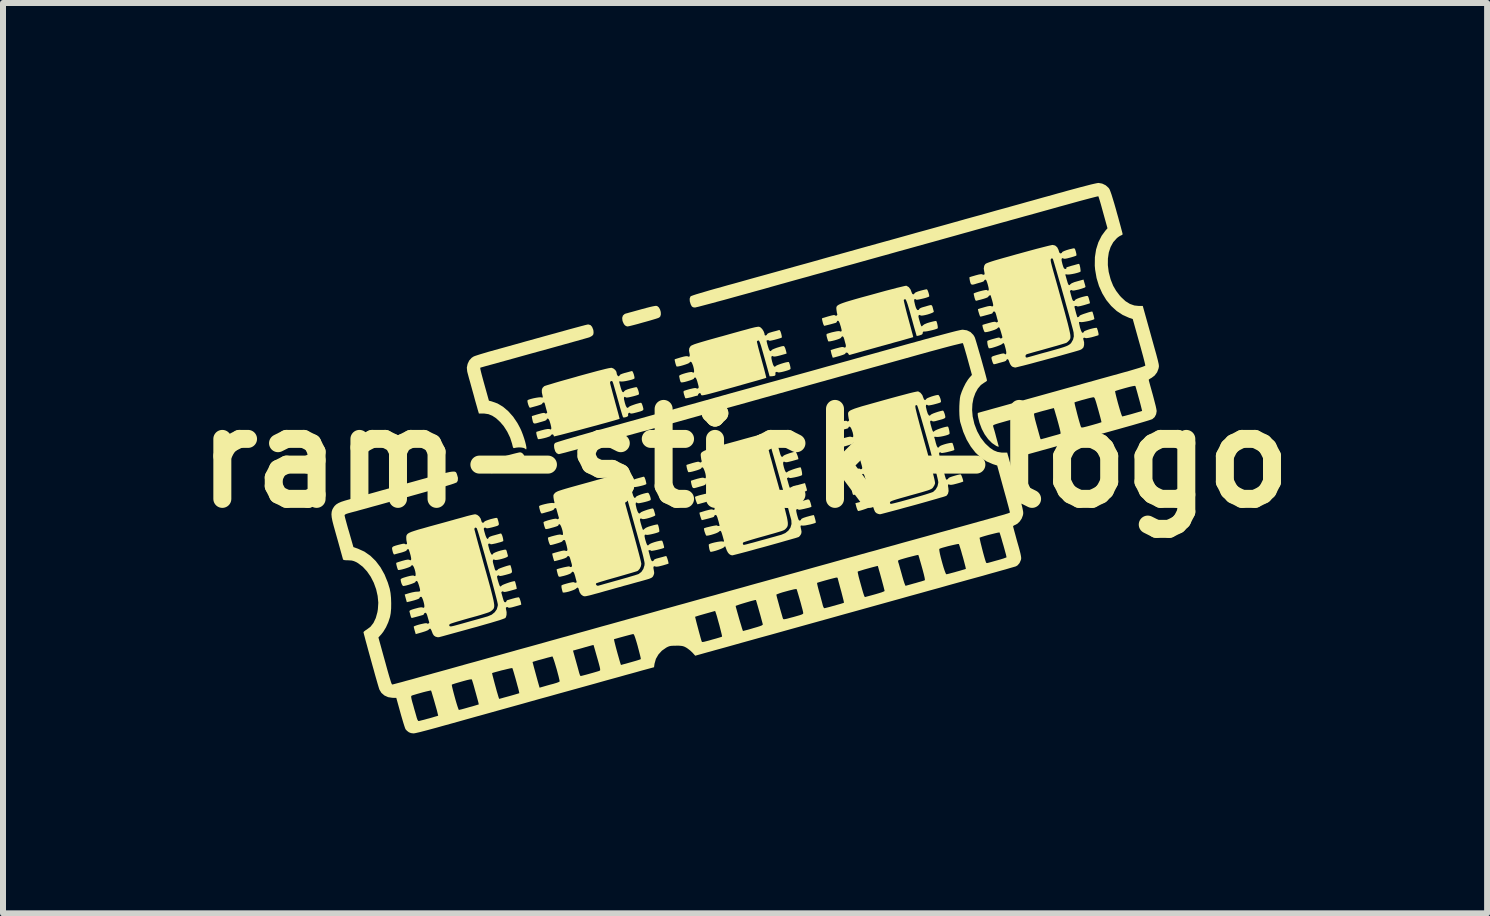
<source format=kicad_pcb>
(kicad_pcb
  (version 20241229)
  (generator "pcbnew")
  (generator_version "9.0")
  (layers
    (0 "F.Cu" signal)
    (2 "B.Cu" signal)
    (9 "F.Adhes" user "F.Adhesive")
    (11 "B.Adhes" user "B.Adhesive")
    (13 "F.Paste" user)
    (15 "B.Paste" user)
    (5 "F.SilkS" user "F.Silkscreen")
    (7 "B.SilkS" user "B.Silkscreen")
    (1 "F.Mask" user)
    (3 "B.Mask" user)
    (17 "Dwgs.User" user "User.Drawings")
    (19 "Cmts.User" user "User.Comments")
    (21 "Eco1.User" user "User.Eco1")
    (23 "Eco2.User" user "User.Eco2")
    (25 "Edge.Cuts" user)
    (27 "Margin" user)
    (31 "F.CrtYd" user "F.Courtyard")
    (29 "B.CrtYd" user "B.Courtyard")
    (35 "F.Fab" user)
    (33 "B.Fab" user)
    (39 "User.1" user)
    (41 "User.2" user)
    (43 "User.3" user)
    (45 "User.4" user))
  (footprint "ram-stick-logo"
    (layer "F.Cu")
    (at 9.371 4.589)
    (property "Reference" "ram-stick-logo" (at 0 0 0) (layer "F.SilkS") (effects (font (size 1.5 1.5) (thickness 0.3))))
    (attr board_only exclude_from_pos_files exclude_from_bom)
    (fp_poly (pts (xy -3.718 -0.088) (xy -3.691 -0.06) (xy -3.671 -0.018) (xy -3.668 -0.005) (xy -3.663 0.044) (xy -3.674 0.081) (xy -3.701 0.105) (xy -3.706 0.107) (xy -3.726 0.114) (xy -3.763 0.125) (xy -3.812 0.14) (xy -3.87 0.156) (xy -3.933 0.174) (xy -3.998 0.192) (xy -4.061 0.209) (xy -4.119 0.225) (xy -4.167 0.237) (xy -4.202 0.246) (xy -4.221 0.25) (xy -4.223 0.25) (xy -4.242 0.244) (xy -4.261 0.231) (xy -4.28 0.206) (xy -4.296 0.169) (xy -4.307 0.128) (xy -4.309 0.092) (xy -4.308 0.089) (xy -4.296 0.065) (xy -4.281 0.05) (xy -4.263 0.042) (xy -4.228 0.031) (xy -4.18 0.016) (xy -4.121 -0.001) (xy -4.057 -0.02) (xy -3.99 -0.038) (xy -3.925 -0.056) (xy -3.864 -0.072) (xy -3.812 -0.085) (xy -3.773 -0.094) (xy -3.75 -0.098) (xy -3.748 -0.098)) (stroke (width 0) (type solid)) (fill yes) (layer "F.SilkS"))
    (fp_poly (pts (xy -1.471 -2.538) (xy -1.462 -2.535) (xy -1.437 -2.514) (xy -1.417 -2.479) (xy -1.405 -2.438) (xy -1.403 -2.398) (xy -1.412 -2.365) (xy -1.419 -2.356) (xy -1.426 -2.35) (xy -1.434 -2.344) (xy -1.446 -2.338) (xy -1.466 -2.331) (xy -1.494 -2.322) (xy -1.534 -2.31) (xy -1.588 -2.294) (xy -1.659 -2.274) (xy -1.721 -2.257) (xy -1.787 -2.238) (xy -1.848 -2.222) (xy -1.899 -2.209) (xy -1.937 -2.2) (xy -1.959 -2.197) (xy -1.961 -2.196) (xy -1.986 -2.204) (xy -2.008 -2.221) (xy -2.025 -2.247) (xy -2.04 -2.282) (xy -2.043 -2.291) (xy -2.048 -2.339) (xy -2.036 -2.378) (xy -2.007 -2.404) (xy -1.987 -2.412) (xy -1.966 -2.417) (xy -1.928 -2.428) (xy -1.876 -2.442) (xy -1.815 -2.459) (xy -1.746 -2.478) (xy -1.721 -2.485) (xy -1.643 -2.506) (xy -1.584 -2.521) (xy -1.54 -2.531) (xy -1.508 -2.537) (xy -1.486 -2.54)) (stroke (width 0) (type solid)) (fill yes) (layer "F.SilkS"))
    (fp_poly (pts (xy -2.576 -2.219) (xy -2.55 -2.19) (xy -2.532 -2.146) (xy -2.527 -2.125) (xy -2.525 -2.088) (xy -2.531 -2.06) (xy -2.55 -2.039) (xy -2.583 -2.021) (xy -2.634 -2.004) (xy -2.655 -1.998) (xy -2.814 -1.953) (xy -2.972 -1.909) (xy -3.13 -1.865) (xy -3.284 -1.822) (xy -3.434 -1.781) (xy -3.579 -1.741) (xy -3.716 -1.703) (xy -3.845 -1.667) (xy -3.964 -1.634) (xy -4.073 -1.604) (xy -4.168 -1.577) (xy -4.25 -1.555) (xy -4.316 -1.537) (xy -4.365 -1.523) (xy -4.397 -1.514) (xy -4.409 -1.511) (xy -4.409 -1.511) (xy -4.413 -1.508) (xy -4.414 -1.498) (xy -4.411 -1.479) (xy -4.404 -1.448) (xy -4.393 -1.404) (xy -4.377 -1.344) (xy -4.356 -1.267) (xy -4.342 -1.217) (xy -4.27 -0.959) (xy -4.221 -0.946) (xy -4.126 -0.912) (xy -4.034 -0.857) (xy -3.947 -0.783) (xy -3.867 -0.693) (xy -3.795 -0.587) (xy -3.751 -0.505) (xy -3.728 -0.455) (xy -3.705 -0.396) (xy -3.684 -0.335) (xy -3.666 -0.276) (xy -3.653 -0.224) (xy -3.645 -0.183) (xy -3.645 -0.16) (xy -3.648 -0.147) (xy -3.656 -0.149) (xy -3.667 -0.16) (xy -3.69 -0.171) (xy -3.727 -0.178) (xy -3.771 -0.18) (xy -3.814 -0.176) (xy -3.838 -0.171) (xy -3.852 -0.168) (xy -3.862 -0.171) (xy -3.87 -0.186) (xy -3.878 -0.216) (xy -3.884 -0.242) (xy -3.916 -0.342) (xy -3.964 -0.442) (xy -4.023 -0.534) (xy -4.083 -0.604) (xy -4.15 -0.666) (xy -4.214 -0.708) (xy -4.277 -0.734) (xy -4.344 -0.744) (xy -4.363 -0.745) (xy -4.437 -0.745) (xy -4.458 -0.815) (xy -4.468 -0.852) (xy -4.483 -0.904) (xy -4.501 -0.967) (xy -4.52 -1.039) (xy -4.541 -1.114) (xy -4.562 -1.19) (xy -4.582 -1.263) (xy -4.601 -1.329) (xy -4.616 -1.385) (xy -4.627 -1.426) (xy -4.632 -1.448) (xy -4.638 -1.51) (xy -4.625 -1.572) (xy -4.598 -1.629) (xy -4.557 -1.674) (xy -4.525 -1.695) (xy -4.503 -1.704) (xy -4.464 -1.717) (xy -4.411 -1.734) (xy -4.347 -1.753) (xy -4.277 -1.774) (xy -4.23 -1.787) (xy -4.017 -1.846) (xy -3.823 -1.9) (xy -3.649 -1.949) (xy -3.493 -1.992) (xy -3.353 -2.031) (xy -3.23 -2.065) (xy -3.121 -2.095) (xy -3.027 -2.121) (xy -2.945 -2.144) (xy -2.875 -2.163) (xy -2.816 -2.179) (xy -2.767 -2.192) (xy -2.727 -2.203) (xy -2.695 -2.211) (xy -2.67 -2.218) (xy -2.651 -2.222) (xy -2.637 -2.226) (xy -2.626 -2.228) (xy -2.619 -2.229) (xy -2.613 -2.229) (xy -2.61 -2.229)) (stroke (width 0) (type solid)) (fill yes) (layer "F.SilkS"))
    (fp_poly (pts (xy 2.73 -2.852) (xy 2.76 -2.812) (xy 2.773 -2.777) (xy 2.786 -2.744) (xy 2.802 -2.73) (xy 2.818 -2.737) (xy 2.826 -2.749) (xy 2.844 -2.764) (xy 2.883 -2.78) (xy 2.927 -2.793) (xy 2.97 -2.804) (xy 3.005 -2.812) (xy 3.027 -2.816) (xy 3.03 -2.816) (xy 3.04 -2.807) (xy 3.051 -2.783) (xy 3.061 -2.753) (xy 3.069 -2.723) (xy 3.071 -2.701) (xy 3.069 -2.695) (xy 3.052 -2.687) (xy 3.021 -2.676) (xy 2.982 -2.665) (xy 2.94 -2.655) (xy 2.902 -2.647) (xy 2.871 -2.642) (xy 2.856 -2.642) (xy 2.855 -2.643) (xy 2.835 -2.655) (xy 2.822 -2.648) (xy 2.82 -2.624) (xy 2.821 -2.616) (xy 2.836 -2.55) (xy 2.851 -2.503) (xy 2.868 -2.475) (xy 2.882 -2.468) (xy 2.899 -2.475) (xy 2.903 -2.484) (xy 2.914 -2.497) (xy 2.944 -2.511) (xy 2.966 -2.518) (xy 3.006 -2.529) (xy 3.042 -2.54) (xy 3.06 -2.545) (xy 3.093 -2.553) (xy 3.112 -2.55) (xy 3.124 -2.53) (xy 3.13 -2.508) (xy 3.139 -2.475) (xy 3.146 -2.45) (xy 3.148 -2.444) (xy 3.141 -2.434) (xy 3.118 -2.422) (xy 3.084 -2.409) (xy 3.044 -2.396) (xy 3.003 -2.386) (xy 2.966 -2.379) (xy 2.938 -2.377) (xy 2.925 -2.381) (xy 2.91 -2.389) (xy 2.9 -2.385) (xy 2.893 -2.378) (xy 2.891 -2.365) (xy 2.895 -2.341) (xy 2.905 -2.303) (xy 2.909 -2.291) (xy 2.921 -2.25) (xy 2.932 -2.218) (xy 2.94 -2.2) (xy 2.941 -2.199) (xy 2.952 -2.201) (xy 2.966 -2.215) (xy 2.991 -2.233) (xy 3.036 -2.252) (xy 3.082 -2.266) (xy 3.125 -2.277) (xy 3.16 -2.285) (xy 3.182 -2.288) (xy 3.187 -2.288) (xy 3.195 -2.274) (xy 3.203 -2.248) (xy 3.21 -2.216) (xy 3.214 -2.186) (xy 3.213 -2.167) (xy 3.212 -2.165) (xy 3.194 -2.156) (xy 3.161 -2.145) (xy 3.119 -2.134) (xy 3.075 -2.124) (xy 3.035 -2.116) (xy 3.005 -2.112) (xy 2.996 -2.112) (xy 2.973 -2.111) (xy 2.964 -2.1) (xy 2.963 -2.089) (xy 2.959 -2.071) (xy 2.943 -2.059) (xy 2.914 -2.049) (xy 2.885 -2.041) (xy 2.866 -2.038) (xy 2.862 -2.038) (xy 2.858 -2.049) (xy 2.85 -2.078) (xy 2.837 -2.123) (xy 2.82 -2.181) (xy 2.801 -2.25) (xy 2.78 -2.326) (xy 2.774 -2.345) (xy 2.749 -2.437) (xy 2.728 -2.509) (xy 2.711 -2.565) (xy 2.697 -2.605) (xy 2.686 -2.631) (xy 2.678 -2.646) (xy 2.672 -2.651) (xy 2.653 -2.646) (xy 2.647 -2.639) (xy 2.648 -2.624) (xy 2.655 -2.592) (xy 2.666 -2.544) (xy 2.681 -2.484) (xy 2.699 -2.414) (xy 2.72 -2.337) (xy 2.724 -2.322) (xy 2.745 -2.245) (xy 2.764 -2.175) (xy 2.78 -2.114) (xy 2.793 -2.067) (xy 2.801 -2.034) (xy 2.804 -2.019) (xy 2.804 -2.018) (xy 2.793 -2.015) (xy 2.763 -2.006) (xy 2.716 -1.993) (xy 2.654 -1.975) (xy 2.58 -1.954) (xy 2.494 -1.931) (xy 2.4 -1.904) (xy 2.298 -1.876) (xy 2.278 -1.871) (xy 2.175 -1.842) (xy 2.078 -1.815) (xy 1.99 -1.791) (xy 1.912 -1.769) (xy 1.846 -1.75) (xy 1.795 -1.736) (xy 1.76 -1.726) (xy 1.744 -1.721) (xy 1.743 -1.721) (xy 1.731 -1.726) (xy 1.724 -1.739) (xy 1.712 -1.755) (xy 1.694 -1.761) (xy 1.679 -1.757) (xy 1.674 -1.747) (xy 1.664 -1.736) (xy 1.633 -1.723) (xy 1.584 -1.707) (xy 1.571 -1.703) (xy 1.527 -1.691) (xy 1.492 -1.681) (xy 1.469 -1.676) (xy 1.464 -1.674) (xy 1.459 -1.684) (xy 1.451 -1.709) (xy 1.442 -1.736) (xy 1.434 -1.77) (xy 1.429 -1.794) (xy 1.428 -1.802) (xy 1.44 -1.806) (xy 1.467 -1.815) (xy 1.506 -1.827) (xy 1.529 -1.833) (xy 1.582 -1.847) (xy 1.617 -1.854) (xy 1.639 -1.852) (xy 1.643 -1.85) (xy 1.666 -1.843) (xy 1.679 -1.854) (xy 1.681 -1.88) (xy 1.677 -1.899) (xy 1.666 -1.938) (xy 1.655 -1.981) (xy 1.653 -1.988) (xy 1.642 -2.018) (xy 1.63 -2.031) (xy 1.622 -2.031) (xy 1.606 -2.02) (xy 1.604 -2.012) (xy 1.594 -2.002) (xy 1.569 -1.99) (xy 1.533 -1.977) (xy 1.493 -1.965) (xy 1.452 -1.955) (xy 1.417 -1.948) (xy 1.393 -1.947) (xy 1.386 -1.95) (xy 1.369 -2.002) (xy 1.359 -2.041) (xy 1.359 -2.066) (xy 1.363 -2.072) (xy 1.402 -2.085) (xy 1.446 -2.098) (xy 1.491 -2.108) (xy 1.531 -2.116) (xy 1.561 -2.119) (xy 1.575 -2.118) (xy 1.594 -2.111) (xy 1.602 -2.113) (xy 1.609 -2.119) (xy 1.611 -2.132) (xy 1.606 -2.156) (xy 1.596 -2.196) (xy 1.593 -2.204) (xy 1.577 -2.255) (xy 1.562 -2.284) (xy 1.551 -2.292) (xy 1.536 -2.288) (xy 1.533 -2.279) (xy 1.524 -2.263) (xy 1.514 -2.257) (xy 1.475 -2.246) (xy 1.432 -2.234) (xy 1.389 -2.223) (xy 1.352 -2.214) (xy 1.327 -2.208) (xy 1.32 -2.207) (xy 1.313 -2.217) (xy 1.303 -2.24) (xy 1.294 -2.271) (xy 1.287 -2.301) (xy 1.283 -2.324) (xy 1.285 -2.332) (xy 1.296 -2.337) (xy 1.324 -2.345) (xy 1.363 -2.357) (xy 1.39 -2.365) (xy 1.443 -2.379) (xy 1.477 -2.386) (xy 1.496 -2.385) (xy 1.5 -2.382) (xy 1.514 -2.374) (xy 1.531 -2.379) (xy 1.539 -2.393) (xy 1.538 -2.402) (xy 1.532 -2.423) (xy 1.527 -2.456) (xy 1.525 -2.469) (xy 1.523 -2.489) (xy 1.522 -2.506) (xy 1.525 -2.521) (xy 1.531 -2.534) (xy 1.544 -2.547) (xy 1.565 -2.56) (xy 1.595 -2.574) (xy 1.635 -2.589) (xy 1.688 -2.607) (xy 1.755 -2.627) (xy 1.837 -2.651) (xy 1.936 -2.679) (xy 2.054 -2.711) (xy 2.12 -2.729) (xy 2.239 -2.762) (xy 2.348 -2.792) (xy 2.445 -2.817) (xy 2.527 -2.839) (xy 2.595 -2.855) (xy 2.645 -2.867) (xy 2.678 -2.874) (xy 2.691 -2.875)) (stroke (width 0) (type solid)) (fill yes) (layer "F.SilkS"))
    (fp_poly (pts (xy -2.221 -1.506) (xy -2.192 -1.494) (xy -2.164 -1.471) (xy -2.146 -1.444) (xy -2.142 -1.429) (xy -2.137 -1.4) (xy -2.125 -1.377) (xy -2.111 -1.366) (xy -2.104 -1.366) (xy -2.09 -1.379) (xy -2.088 -1.386) (xy -2.078 -1.395) (xy -2.05 -1.407) (xy -2.01 -1.42) (xy -1.993 -1.424) (xy -1.949 -1.436) (xy -1.913 -1.446) (xy -1.889 -1.452) (xy -1.885 -1.454) (xy -1.876 -1.447) (xy -1.865 -1.426) (xy -1.854 -1.396) (xy -1.846 -1.365) (xy -1.842 -1.34) (xy -1.845 -1.327) (xy -1.865 -1.317) (xy -1.899 -1.306) (xy -1.942 -1.296) (xy -1.988 -1.286) (xy -2.028 -1.28) (xy -2.058 -1.278) (xy -2.065 -1.279) (xy -2.088 -1.281) (xy -2.098 -1.278) (xy -2.099 -1.278) (xy -2.096 -1.264) (xy -2.089 -1.235) (xy -2.078 -1.196) (xy -2.075 -1.184) (xy -2.059 -1.135) (xy -2.045 -1.107) (xy -2.031 -1.099) (xy -2.017 -1.11) (xy -2.013 -1.118) (xy -1.994 -1.133) (xy -1.955 -1.149) (xy -1.912 -1.162) (xy -1.869 -1.173) (xy -1.834 -1.181) (xy -1.812 -1.185) (xy -1.809 -1.185) (xy -1.799 -1.176) (xy -1.788 -1.152) (xy -1.777 -1.122) (xy -1.77 -1.092) (xy -1.768 -1.07) (xy -1.77 -1.064) (xy -1.786 -1.055) (xy -1.817 -1.045) (xy -1.856 -1.034) (xy -1.897 -1.024) (xy -1.936 -1.015) (xy -1.967 -1.011) (xy -1.983 -1.011) (xy -1.984 -1.012) (xy -2.004 -1.024) (xy -2.016 -1.017) (xy -2.019 -0.993) (xy -2.018 -0.985) (xy -2.003 -0.921) (xy -1.988 -0.874) (xy -1.972 -0.846) (xy -1.956 -0.838) (xy -1.94 -0.85) (xy -1.938 -0.854) (xy -1.925 -0.863) (xy -1.896 -0.876) (xy -1.858 -0.89) (xy -1.817 -0.904) (xy -1.777 -0.915) (xy -1.746 -0.923) (xy -1.733 -0.924) (xy -1.724 -0.915) (xy -1.713 -0.89) (xy -1.705 -0.864) (xy -1.697 -0.835) (xy -1.694 -0.815) (xy -1.7 -0.801) (xy -1.717 -0.79) (xy -1.748 -0.779) (xy -1.795 -0.766) (xy -1.814 -0.761) (xy -1.862 -0.749) (xy -1.893 -0.744) (xy -1.909 -0.746) (xy -1.913 -0.749) (xy -1.927 -0.759) (xy -1.942 -0.752) (xy -1.95 -0.735) (xy -1.949 -0.724) (xy -1.949 -0.706) (xy -1.962 -0.694) (xy -1.984 -0.685) (xy -2.012 -0.679) (xy -2.031 -0.68) (xy -2.033 -0.681) (xy -2.038 -0.694) (xy -2.048 -0.724) (xy -2.062 -0.771) (xy -2.079 -0.829) (xy -2.098 -0.898) (xy -2.119 -0.974) (xy -2.121 -0.979) (xy -2.142 -1.055) (xy -2.162 -1.124) (xy -2.179 -1.184) (xy -2.193 -1.232) (xy -2.204 -1.265) (xy -2.21 -1.279) (xy -2.21 -1.28) (xy -2.226 -1.288) (xy -2.243 -1.281) (xy -2.251 -1.261) (xy -2.251 -1.261) (xy -2.248 -1.245) (xy -2.24 -1.212) (xy -2.227 -1.163) (xy -2.211 -1.102) (xy -2.192 -1.032) (xy -2.171 -0.956) (xy -2.17 -0.95) (xy -2.149 -0.874) (xy -2.13 -0.805) (xy -2.114 -0.747) (xy -2.102 -0.701) (xy -2.094 -0.67) (xy -2.091 -0.657) (xy -2.091 -0.657) (xy -2.103 -0.652) (xy -2.134 -0.643) (xy -2.181 -0.629) (xy -2.241 -0.612) (xy -2.312 -0.592) (xy -2.393 -0.57) (xy -2.479 -0.546) (xy -2.57 -0.522) (xy -2.663 -0.497) (xy -2.755 -0.472) (xy -2.844 -0.449) (xy -2.928 -0.427) (xy -3.004 -0.407) (xy -3.069 -0.39) (xy -3.123 -0.377) (xy -3.161 -0.368) (xy -3.183 -0.363) (xy -3.186 -0.363) (xy -3.193 -0.388) (xy -3.21 -0.398) (xy -3.224 -0.394) (xy -3.238 -0.382) (xy -3.241 -0.375) (xy -3.249 -0.367) (xy -3.274 -0.357) (xy -3.309 -0.345) (xy -3.35 -0.334) (xy -3.39 -0.325) (xy -3.424 -0.319) (xy -3.447 -0.317) (xy -3.453 -0.319) (xy -3.47 -0.37) (xy -3.479 -0.409) (xy -3.48 -0.434) (xy -3.476 -0.44) (xy -3.399 -0.463) (xy -3.337 -0.479) (xy -3.291 -0.487) (xy -3.264 -0.487) (xy -3.259 -0.485) (xy -3.239 -0.478) (xy -3.23 -0.489) (xy -3.231 -0.518) (xy -3.242 -0.566) (xy -3.245 -0.576) (xy -3.26 -0.624) (xy -3.275 -0.652) (xy -3.287 -0.661) (xy -3.303 -0.657) (xy -3.305 -0.648) (xy -3.316 -0.634) (xy -3.342 -0.622) (xy -3.346 -0.621) (xy -3.382 -0.61) (xy -3.425 -0.598) (xy -3.441 -0.593) (xy -3.484 -0.581) (xy -3.511 -0.578) (xy -3.527 -0.586) (xy -3.537 -0.607) (xy -3.544 -0.637) (xy -3.551 -0.67) (xy -3.554 -0.694) (xy -3.554 -0.701) (xy -3.542 -0.706) (xy -3.515 -0.714) (xy -3.476 -0.726) (xy -3.448 -0.734) (xy -3.396 -0.748) (xy -3.361 -0.755) (xy -3.343 -0.754) (xy -3.339 -0.751) (xy -3.325 -0.744) (xy -3.308 -0.748) (xy -3.298 -0.761) (xy -3.299 -0.768) (xy -3.305 -0.786) (xy -3.314 -0.818) (xy -3.323 -0.851) (xy -3.332 -0.887) (xy -3.34 -0.915) (xy -3.345 -0.926) (xy -3.357 -0.93) (xy -3.373 -0.923) (xy -3.382 -0.91) (xy -3.382 -0.908) (xy -3.392 -0.899) (xy -3.419 -0.888) (xy -3.46 -0.875) (xy -3.477 -0.87) (xy -3.521 -0.858) (xy -3.557 -0.848) (xy -3.58 -0.842) (xy -3.585 -0.84) (xy -3.594 -0.847) (xy -3.605 -0.868) (xy -3.616 -0.898) (xy -3.624 -0.928) (xy -3.628 -0.954) (xy -3.625 -0.967) (xy -3.605 -0.977) (xy -3.569 -0.988) (xy -3.526 -0.999) (xy -3.48 -1.008) (xy -3.439 -1.014) (xy -3.409 -1.016) (xy -3.403 -1.015) (xy -3.379 -1.011) (xy -3.371 -1.016) (xy -3.374 -1.034) (xy -3.374 -1.034) (xy -3.387 -1.094) (xy -3.388 -1.138) (xy -3.377 -1.171) (xy -3.352 -1.197) (xy -3.346 -1.201) (xy -3.331 -1.207) (xy -3.297 -1.218) (xy -3.246 -1.233) (xy -3.181 -1.253) (xy -3.103 -1.276) (xy -3.015 -1.301) (xy -2.918 -1.328) (xy -2.815 -1.357) (xy -2.789 -1.365) (xy -2.658 -1.401) (xy -2.547 -1.431) (xy -2.455 -1.456) (xy -2.379 -1.475) (xy -2.32 -1.49) (xy -2.275 -1.5) (xy -2.244 -1.505) (xy -2.225 -1.507)) (stroke (width 0) (type solid)) (fill yes) (layer "F.SilkS"))
    (fp_poly (pts (xy 0.238 -2.19) (xy 0.246 -2.187) (xy 0.254 -2.183) (xy 0.26 -2.179) (xy 0.286 -2.154) (xy 0.309 -2.118) (xy 0.324 -2.079) (xy 0.326 -2.06) (xy 0.333 -2.047) (xy 0.348 -2.046) (xy 0.363 -2.056) (xy 0.366 -2.064) (xy 0.376 -2.076) (xy 0.4 -2.089) (xy 0.443 -2.102) (xy 0.463 -2.108) (xy 0.506 -2.119) (xy 0.542 -2.129) (xy 0.565 -2.136) (xy 0.569 -2.137) (xy 0.58 -2.133) (xy 0.592 -2.111) (xy 0.602 -2.081) (xy 0.61 -2.047) (xy 0.614 -2.022) (xy 0.613 -2.012) (xy 0.599 -2.005) (xy 0.571 -1.996) (xy 0.533 -1.985) (xy 0.493 -1.974) (xy 0.454 -1.965) (xy 0.424 -1.959) (xy 0.406 -1.958) (xy 0.404 -1.959) (xy 0.392 -1.967) (xy 0.374 -1.967) (xy 0.36 -1.961) (xy 0.359 -1.956) (xy 0.362 -1.941) (xy 0.369 -1.91) (xy 0.38 -1.871) (xy 0.382 -1.864) (xy 0.398 -1.816) (xy 0.413 -1.79) (xy 0.428 -1.784) (xy 0.442 -1.798) (xy 0.444 -1.802) (xy 0.458 -1.812) (xy 0.487 -1.825) (xy 0.526 -1.84) (xy 0.568 -1.853) (xy 0.606 -1.864) (xy 0.637 -1.87) (xy 0.643 -1.87) (xy 0.657 -1.861) (xy 0.67 -1.833) (xy 0.678 -1.808) (xy 0.687 -1.775) (xy 0.692 -1.752) (xy 0.693 -1.744) (xy 0.682 -1.741) (xy 0.655 -1.733) (xy 0.616 -1.722) (xy 0.588 -1.714) (xy 0.535 -1.701) (xy 0.5 -1.695) (xy 0.479 -1.695) (xy 0.47 -1.698) (xy 0.453 -1.705) (xy 0.444 -1.699) (xy 0.439 -1.685) (xy 0.441 -1.657) (xy 0.451 -1.613) (xy 0.452 -1.609) (xy 0.467 -1.56) (xy 0.482 -1.532) (xy 0.497 -1.524) (xy 0.514 -1.536) (xy 0.514 -1.537) (xy 0.529 -1.547) (xy 0.558 -1.559) (xy 0.597 -1.573) (xy 0.639 -1.586) (xy 0.678 -1.597) (xy 0.71 -1.603) (xy 0.728 -1.604) (xy 0.729 -1.604) (xy 0.737 -1.59) (xy 0.746 -1.563) (xy 0.754 -1.531) (xy 0.759 -1.502) (xy 0.758 -1.487) (xy 0.746 -1.478) (xy 0.719 -1.467) (xy 0.682 -1.455) (xy 0.642 -1.444) (xy 0.603 -1.435) (xy 0.57 -1.43) (xy 0.55 -1.43) (xy 0.547 -1.432) (xy 0.534 -1.439) (xy 0.522 -1.438) (xy 0.506 -1.429) (xy 0.507 -1.407) (xy 0.507 -1.407) (xy 0.507 -1.386) (xy 0.494 -1.374) (xy 0.463 -1.368) (xy 0.444 -1.366) (xy 0.41 -1.365) (xy 0.327 -1.664) (xy 0.302 -1.752) (xy 0.282 -1.821) (xy 0.267 -1.873) (xy 0.254 -1.911) (xy 0.244 -1.937) (xy 0.236 -1.953) (xy 0.229 -1.961) (xy 0.223 -1.963) (xy 0.204 -1.955) (xy 0.198 -1.946) (xy 0.2 -1.932) (xy 0.208 -1.899) (xy 0.219 -1.852) (xy 0.235 -1.792) (xy 0.254 -1.722) (xy 0.275 -1.646) (xy 0.277 -1.637) (xy 0.298 -1.561) (xy 0.317 -1.492) (xy 0.332 -1.433) (xy 0.344 -1.386) (xy 0.352 -1.354) (xy 0.354 -1.34) (xy 0.354 -1.34) (xy 0.343 -1.336) (xy 0.313 -1.327) (xy 0.265 -1.313) (xy 0.203 -1.295) (xy 0.128 -1.274) (xy 0.042 -1.25) (xy -0.053 -1.223) (xy -0.155 -1.194) (xy -0.187 -1.185) (xy -0.307 -1.152) (xy -0.407 -1.124) (xy -0.49 -1.101) (xy -0.557 -1.083) (xy -0.61 -1.069) (xy -0.651 -1.059) (xy -0.681 -1.053) (xy -0.702 -1.049) (xy -0.716 -1.048) (xy -0.725 -1.05) (xy -0.73 -1.053) (xy -0.733 -1.058) (xy -0.733 -1.059) (xy -0.742 -1.078) (xy -0.745 -1.085) (xy -0.756 -1.086) (xy -0.771 -1.077) (xy -0.782 -1.063) (xy -0.783 -1.059) (xy -0.788 -1.045) (xy -0.791 -1.044) (xy -0.805 -1.041) (xy -0.834 -1.034) (xy -0.873 -1.023) (xy -0.894 -1.017) (xy -0.937 -1.007) (xy -0.971 -1) (xy -0.991 -0.999) (xy -0.995 -1.001) (xy -1.002 -1.016) (xy -1.011 -1.045) (xy -1.017 -1.062) (xy -1.025 -1.097) (xy -1.024 -1.116) (xy -1.02 -1.121) (xy -1.005 -1.127) (xy -0.974 -1.137) (xy -0.933 -1.149) (xy -0.917 -1.153) (xy -0.866 -1.165) (xy -0.834 -1.17) (xy -0.816 -1.168) (xy -0.814 -1.166) (xy -0.795 -1.159) (xy -0.778 -1.167) (xy -0.772 -1.182) (xy -0.775 -1.201) (xy -0.783 -1.233) (xy -0.794 -1.272) (xy -0.794 -1.274) (xy -0.808 -1.315) (xy -0.819 -1.337) (xy -0.829 -1.346) (xy -0.835 -1.346) (xy -0.85 -1.336) (xy -0.851 -1.329) (xy -0.859 -1.321) (xy -0.884 -1.309) (xy -0.92 -1.296) (xy -0.962 -1.283) (xy -1.005 -1.271) (xy -1.038 -1.265) (xy -1.06 -1.263) (xy -1.072 -1.269) (xy -1.08 -1.288) (xy -1.086 -1.308) (xy -1.093 -1.341) (xy -1.098 -1.367) (xy -1.098 -1.373) (xy -1.088 -1.383) (xy -1.063 -1.395) (xy -1.026 -1.408) (xy -0.985 -1.42) (xy -0.945 -1.43) (xy -0.91 -1.436) (xy -0.886 -1.437) (xy -0.88 -1.434) (xy -0.865 -1.426) (xy -0.856 -1.427) (xy -0.849 -1.441) (xy -0.85 -1.468) (xy -0.856 -1.503) (xy -0.866 -1.541) (xy -0.879 -1.575) (xy -0.892 -1.6) (xy -0.905 -1.609) (xy -0.905 -1.609) (xy -0.921 -1.602) (xy -0.924 -1.594) (xy -0.934 -1.586) (xy -0.96 -1.574) (xy -0.996 -1.561) (xy -1.037 -1.548) (xy -1.077 -1.537) (xy -1.112 -1.53) (xy -1.135 -1.528) (xy -1.142 -1.53) (xy -1.149 -1.546) (xy -1.158 -1.573) (xy -1.166 -1.604) (xy -1.172 -1.631) (xy -1.173 -1.647) (xy -1.172 -1.648) (xy -1.16 -1.653) (xy -1.132 -1.662) (xy -1.093 -1.674) (xy -1.07 -1.681) (xy -1.017 -1.695) (xy -0.981 -1.701) (xy -0.96 -1.7) (xy -0.956 -1.698) (xy -0.934 -1.691) (xy -0.922 -1.702) (xy -0.922 -1.728) (xy -0.924 -1.74) (xy -0.934 -1.793) (xy -0.929 -1.834) (xy -0.91 -1.865) (xy -0.903 -1.872) (xy -0.89 -1.88) (xy -0.872 -1.888) (xy -0.846 -1.899) (xy -0.81 -1.911) (xy -0.762 -1.926) (xy -0.701 -1.944) (xy -0.626 -1.966) (xy -0.533 -1.992) (xy -0.422 -2.023) (xy -0.38 -2.034) (xy -0.253 -2.07) (xy -0.145 -2.1) (xy -0.055 -2.125) (xy 0.02 -2.145) (xy 0.08 -2.162) (xy 0.128 -2.174) (xy 0.165 -2.183) (xy 0.193 -2.188) (xy 0.213 -2.191) (xy 0.228 -2.192)) (stroke (width 0) (type solid)) (fill yes) (layer "F.SilkS"))
    (fp_poly (pts (xy 5.955 -4.578) (xy 6.013 -4.55) (xy 6.06 -4.508) (xy 6.07 -4.495) (xy 6.081 -4.475) (xy 6.094 -4.441) (xy 6.111 -4.393) (xy 6.131 -4.328) (xy 6.156 -4.246) (xy 6.185 -4.145) (xy 6.197 -4.1) (xy 6.221 -4.016) (xy 6.242 -3.938) (xy 6.261 -3.869) (xy 6.276 -3.812) (xy 6.288 -3.768) (xy 6.294 -3.742) (xy 6.296 -3.734) (xy 6.286 -3.722) (xy 6.27 -3.715) (xy 6.248 -3.704) (xy 6.218 -3.684) (xy 6.197 -3.666) (xy 6.139 -3.601) (xy 6.095 -3.521) (xy 6.065 -3.43) (xy 6.05 -3.328) (xy 6.049 -3.219) (xy 6.063 -3.106) (xy 6.093 -2.99) (xy 6.099 -2.971) (xy 6.138 -2.874) (xy 6.187 -2.79) (xy 6.249 -2.709) (xy 6.272 -2.684) (xy 6.344 -2.617) (xy 6.417 -2.572) (xy 6.491 -2.546) (xy 6.558 -2.539) (xy 6.631 -2.539) (xy 6.748 -2.12) (xy 6.782 -1.997) (xy 6.811 -1.893) (xy 6.835 -1.807) (xy 6.855 -1.736) (xy 6.87 -1.679) (xy 6.882 -1.633) (xy 6.89 -1.598) (xy 6.896 -1.572) (xy 6.899 -1.552) (xy 6.9 -1.537) (xy 6.9 -1.525) (xy 6.898 -1.514) (xy 6.895 -1.503) (xy 6.894 -1.494) (xy 6.87 -1.432) (xy 6.829 -1.378) (xy 6.776 -1.338) (xy 6.773 -1.337) (xy 6.747 -1.322) (xy 6.732 -1.31) (xy 6.731 -1.307) (xy 6.733 -1.294) (xy 6.741 -1.264) (xy 6.753 -1.219) (xy 6.769 -1.162) (xy 6.787 -1.097) (xy 6.796 -1.065) (xy 6.815 -0.994) (xy 6.832 -0.928) (xy 6.847 -0.87) (xy 6.857 -0.823) (xy 6.862 -0.793) (xy 6.863 -0.786) (xy 6.854 -0.733) (xy 6.829 -0.685) (xy 6.79 -0.651) (xy 6.79 -0.651) (xy 6.773 -0.645) (xy 6.738 -0.633) (xy 6.686 -0.617) (xy 6.619 -0.597) (xy 6.54 -0.574) (xy 6.451 -0.548) (xy 6.354 -0.521) (xy 6.251 -0.492) (xy 6.241 -0.489) (xy 6.122 -0.456) (xy 5.996 -0.421) (xy 5.866 -0.385) (xy 5.737 -0.349) (xy 5.614 -0.315) (xy 5.501 -0.284) (xy 5.402 -0.256) (xy 5.361 -0.245) (xy 5.216 -0.205) (xy 5.082 -0.167) (xy 4.958 -0.133) (xy 4.847 -0.102) (xy 4.75 -0.075) (xy 4.668 -0.052) (xy 4.603 -0.034) (xy 4.555 -0.02) (xy 4.527 -0.012) (xy 4.525 -0.012) (xy 4.498 -0.006) (xy 4.486 -0.012) (xy 4.485 -0.014) (xy 4.474 -0.046) (xy 4.463 -0.084) (xy 4.454 -0.122) (xy 4.447 -0.154) (xy 4.444 -0.174) (xy 4.445 -0.178) (xy 4.459 -0.183) (xy 4.487 -0.192) (xy 4.521 -0.201) (xy 4.555 -0.213) (xy 4.58 -0.224) (xy 4.589 -0.231) (xy 4.586 -0.245) (xy 4.578 -0.275) (xy 4.567 -0.319) (xy 4.553 -0.37) (xy 4.537 -0.426) (xy 4.522 -0.483) (xy 4.507 -0.535) (xy 4.494 -0.58) (xy 4.484 -0.612) (xy 4.479 -0.627) (xy 4.47 -0.65) (xy 4.374 -0.624) (xy 4.297 -0.602) (xy 4.237 -0.585) (xy 4.194 -0.572) (xy 4.165 -0.562) (xy 4.147 -0.554) (xy 4.138 -0.547) (xy 4.135 -0.54) (xy 4.136 -0.535) (xy 4.145 -0.503) (xy 4.158 -0.46) (xy 4.172 -0.41) (xy 4.186 -0.356) (xy 4.2 -0.304) (xy 4.213 -0.257) (xy 4.223 -0.22) (xy 4.229 -0.197) (xy 4.23 -0.192) (xy 4.221 -0.192) (xy 4.199 -0.2) (xy 4.185 -0.207) (xy 4.117 -0.253) (xy 4.053 -0.318) (xy 3.995 -0.398) (xy 3.947 -0.489) (xy 3.909 -0.59) (xy 3.887 -0.678) (xy 3.88 -0.72) (xy 3.88 -0.734) (xy 4.818 -0.734) (xy 4.823 -0.702) (xy 4.834 -0.651) (xy 4.853 -0.58) (xy 4.856 -0.569) (xy 4.873 -0.508) (xy 4.889 -0.451) (xy 4.902 -0.403) (xy 4.912 -0.368) (xy 4.915 -0.356) (xy 4.923 -0.33) (xy 4.93 -0.316) (xy 4.931 -0.315) (xy 4.943 -0.318) (xy 4.972 -0.326) (xy 5.014 -0.337) (xy 5.065 -0.352) (xy 5.091 -0.359) (xy 5.147 -0.375) (xy 5.195 -0.388) (xy 5.233 -0.399) (xy 5.255 -0.406) (xy 5.259 -0.407) (xy 5.261 -0.419) (xy 5.256 -0.451) (xy 5.244 -0.502) (xy 5.225 -0.574) (xy 5.212 -0.621) (xy 5.194 -0.685) (xy 5.177 -0.742) (xy 5.164 -0.788) (xy 5.154 -0.819) (xy 5.15 -0.834) (xy 5.149 -0.835) (xy 5.139 -0.833) (xy 5.111 -0.826) (xy 5.072 -0.816) (xy 5.025 -0.803) (xy 4.974 -0.79) (xy 4.923 -0.776) (xy 4.879 -0.763) (xy 4.843 -0.753) (xy 4.821 -0.746) (xy 4.821 -0.746) (xy 4.818 -0.734) (xy 3.88 -0.734) (xy 3.879 -0.745) (xy 3.884 -0.755) (xy 3.886 -0.756) (xy 3.898 -0.759) (xy 3.929 -0.768) (xy 3.979 -0.782) (xy 4.045 -0.8) (xy 4.126 -0.823) (xy 4.221 -0.849) (xy 4.328 -0.879) (xy 4.446 -0.912) (xy 4.511 -0.93) (xy 5.493 -0.93) (xy 5.494 -0.919) (xy 5.5 -0.89) (xy 5.51 -0.848) (xy 5.523 -0.798) (xy 5.537 -0.742) (xy 5.552 -0.685) (xy 5.567 -0.631) (xy 5.581 -0.583) (xy 5.592 -0.546) (xy 5.6 -0.524) (xy 5.601 -0.521) (xy 5.606 -0.514) (xy 5.617 -0.512) (xy 5.635 -0.513) (xy 5.664 -0.52) (xy 5.708 -0.531) (xy 5.77 -0.548) (xy 5.774 -0.549) (xy 5.83 -0.565) (xy 5.879 -0.579) (xy 5.916 -0.591) (xy 5.938 -0.598) (xy 5.942 -0.6) (xy 5.941 -0.611) (xy 5.934 -0.64) (xy 5.923 -0.683) (xy 5.908 -0.738) (xy 5.891 -0.8) (xy 5.888 -0.81) (xy 5.868 -0.881) (xy 5.853 -0.933) (xy 5.841 -0.97) (xy 5.832 -0.994) (xy 5.824 -1.008) (xy 5.816 -1.014) (xy 5.807 -1.016) (xy 5.805 -1.016) (xy 5.786 -1.012) (xy 5.752 -1.005) (xy 5.709 -0.994) (xy 5.659 -0.98) (xy 5.609 -0.967) (xy 5.563 -0.953) (xy 5.525 -0.942) (xy 5.5 -0.933) (xy 5.493 -0.93) (xy 4.511 -0.93) (xy 4.574 -0.947) (xy 4.709 -0.985) (xy 4.85 -1.024) (xy 4.904 -1.039) (xy 5.058 -1.082) (xy 5.188 -1.118) (xy 6.17 -1.118) (xy 6.171 -1.106) (xy 6.177 -1.077) (xy 6.187 -1.035) (xy 6.2 -0.984) (xy 6.215 -0.927) (xy 6.231 -0.87) (xy 6.247 -0.815) (xy 6.262 -0.766) (xy 6.275 -0.727) (xy 6.285 -0.703) (xy 6.289 -0.696) (xy 6.303 -0.699) (xy 6.333 -0.706) (xy 6.377 -0.718) (xy 6.43 -0.732) (xy 6.458 -0.74) (xy 6.513 -0.756) (xy 6.561 -0.77) (xy 6.596 -0.78) (xy 6.617 -0.787) (xy 6.62 -0.788) (xy 6.618 -0.799) (xy 6.611 -0.827) (xy 6.601 -0.868) (xy 6.588 -0.918) (xy 6.573 -0.974) (xy 6.557 -1.031) (xy 6.542 -1.087) (xy 6.528 -1.136) (xy 6.517 -1.175) (xy 6.509 -1.2) (xy 6.508 -1.203) (xy 6.497 -1.206) (xy 6.465 -1.201) (xy 6.415 -1.19) (xy 6.344 -1.171) (xy 6.34 -1.17) (xy 6.284 -1.154) (xy 6.235 -1.14) (xy 6.197 -1.128) (xy 6.175 -1.12) (xy 6.17 -1.118) (xy 5.188 -1.118) (xy 5.213 -1.125) (xy 5.367 -1.168) (xy 5.518 -1.209) (xy 5.663 -1.25) (xy 5.801 -1.288) (xy 5.929 -1.324) (xy 6.045 -1.356) (xy 6.146 -1.384) (xy 6.23 -1.407) (xy 6.29 -1.424) (xy 6.406 -1.456) (xy 6.5 -1.484) (xy 6.574 -1.506) (xy 6.628 -1.524) (xy 6.661 -1.537) (xy 6.673 -1.544) (xy 6.674 -1.545) (xy 6.671 -1.559) (xy 6.664 -1.591) (xy 6.652 -1.639) (xy 6.636 -1.701) (xy 6.616 -1.774) (xy 6.594 -1.855) (xy 6.57 -1.94) (xy 6.464 -2.32) (xy 6.407 -2.339) (xy 6.298 -2.387) (xy 6.196 -2.454) (xy 6.105 -2.538) (xy 6.024 -2.636) (xy 5.956 -2.748) (xy 5.901 -2.871) (xy 5.861 -3.003) (xy 5.837 -3.142) (xy 5.831 -3.21) (xy 5.833 -3.35) (xy 5.853 -3.48) (xy 5.891 -3.6) (xy 5.946 -3.709) (xy 6.01 -3.796) (xy 6.043 -3.833) (xy 5.97 -4.096) (xy 5.95 -4.169) (xy 5.932 -4.234) (xy 5.916 -4.289) (xy 5.903 -4.331) (xy 5.894 -4.358) (xy 5.891 -4.366) (xy 5.88 -4.365) (xy 5.849 -4.358) (xy 5.802 -4.346) (xy 5.74 -4.33) (xy 5.665 -4.31) (xy 5.579 -4.287) (xy 5.485 -4.261) (xy 5.384 -4.233) (xy 5.37 -4.229) (xy 5.245 -4.195) (xy 5.107 -4.156) (xy 4.963 -4.116) (xy 4.816 -4.075) (xy 4.673 -4.036) (xy 4.538 -3.998) (xy 4.417 -3.965) (xy 4.387 -3.956) (xy 4.284 -3.928) (xy 4.18 -3.899) (xy 4.081 -3.871) (xy 3.989 -3.846) (xy 3.907 -3.823) (xy 3.838 -3.804) (xy 3.786 -3.789) (xy 3.768 -3.784) (xy 3.729 -3.773) (xy 3.67 -3.757) (xy 3.595 -3.736) (xy 3.503 -3.71) (xy 3.398 -3.681) (xy 3.28 -3.648) (xy 3.152 -3.612) (xy 3.014 -3.574) (xy 2.87 -3.534) (xy 2.72 -3.492) (xy 2.566 -3.45) (xy 2.411 -3.406) (xy 2.255 -3.363) (xy 2.101 -3.32) (xy 1.95 -3.278) (xy 1.804 -3.237) (xy 1.664 -3.199) (xy 1.533 -3.162) (xy 1.413 -3.129) (xy 1.304 -3.098) (xy 1.208 -3.072) (xy 1.128 -3.05) (xy 1.066 -3.032) (xy 0.974 -3.007) (xy 0.883 -2.982) (xy 0.797 -2.958) (xy 0.718 -2.936) (xy 0.651 -2.917) (xy 0.599 -2.903) (xy 0.582 -2.898) (xy 0.443 -2.859) (xy 0.303 -2.819) (xy 0.164 -2.781) (xy 0.028 -2.743) (xy -0.104 -2.707) (xy -0.23 -2.672) (xy -0.349 -2.639) (xy -0.458 -2.61) (xy -0.557 -2.583) (xy -0.644 -2.56) (xy -0.716 -2.541) (xy -0.773 -2.526) (xy -0.812 -2.517) (xy -0.833 -2.512) (xy -0.835 -2.512) (xy -0.866 -2.516) (xy -0.887 -2.53) (xy -0.904 -2.561) (xy -0.907 -2.569) (xy -0.921 -2.616) (xy -0.923 -2.659) (xy -0.912 -2.691) (xy -0.905 -2.7) (xy -0.891 -2.706) (xy -0.858 -2.718) (xy -0.809 -2.734) (xy -0.745 -2.753) (xy -0.67 -2.775) (xy -0.586 -2.8) (xy -0.494 -2.826) (xy -0.457 -2.836) (xy -0.385 -2.856) (xy -0.294 -2.882) (xy -0.187 -2.911) (xy -0.065 -2.945) (xy 0.069 -2.983) (xy 0.213 -3.023) (xy 0.366 -3.065) (xy 0.524 -3.109) (xy 0.686 -3.154) (xy 0.85 -3.2) (xy 1.014 -3.245) (xy 1.093 -3.267) (xy 1.402 -3.354) (xy 1.692 -3.434) (xy 1.96 -3.509) (xy 2.209 -3.578) (xy 2.437 -3.641) (xy 2.646 -3.699) (xy 2.835 -3.752) (xy 3.006 -3.799) (xy 3.157 -3.841) (xy 3.29 -3.878) (xy 3.405 -3.91) (xy 3.501 -3.937) (xy 3.579 -3.959) (xy 3.64 -3.976) (xy 3.653 -3.98) (xy 3.853 -4.035) (xy 4.033 -4.085) (xy 4.195 -4.131) (xy 4.342 -4.171) (xy 4.474 -4.208) (xy 4.593 -4.241) (xy 4.702 -4.272) (xy 4.801 -4.299) (xy 4.893 -4.325) (xy 4.979 -4.349) (xy 5.06 -4.371) (xy 5.139 -4.393) (xy 5.216 -4.415) (xy 5.295 -4.436) (xy 5.371 -4.458) (xy 5.49 -4.49) (xy 5.597 -4.519) (xy 5.69 -4.543) (xy 5.767 -4.563) (xy 5.828 -4.577) (xy 5.871 -4.586) (xy 5.894 -4.589)) (stroke (width 0) (type solid)) (fill yes) (layer "F.SilkS"))
    (fp_poly (pts (xy 2.925 -1.091) (xy 2.956 -1.052) (xy 2.97 -1.014) (xy 2.983 -0.982) (xy 2.998 -0.969) (xy 3.014 -0.976) (xy 3.022 -0.988) (xy 3.036 -0.999) (xy 3.066 -1.012) (xy 3.105 -1.027) (xy 3.147 -1.04) (xy 3.186 -1.05) (xy 3.217 -1.055) (xy 3.222 -1.055) (xy 3.233 -1.045) (xy 3.246 -1.022) (xy 3.258 -0.991) (xy 3.265 -0.962) (xy 3.267 -0.94) (xy 3.264 -0.934) (xy 3.248 -0.925) (xy 3.217 -0.915) (xy 3.178 -0.904) (xy 3.136 -0.893) (xy 3.097 -0.885) (xy 3.067 -0.88) (xy 3.051 -0.881) (xy 3.051 -0.881) (xy 3.031 -0.893) (xy 3.018 -0.886) (xy 3.015 -0.863) (xy 3.016 -0.854) (xy 3.031 -0.79) (xy 3.046 -0.744) (xy 3.063 -0.716) (xy 3.079 -0.708) (xy 3.094 -0.72) (xy 3.096 -0.724) (xy 3.11 -0.733) (xy 3.138 -0.746) (xy 3.176 -0.76) (xy 3.218 -0.774) (xy 3.257 -0.785) (xy 3.288 -0.792) (xy 3.3 -0.794) (xy 3.31 -0.784) (xy 3.321 -0.759) (xy 3.33 -0.734) (xy 3.337 -0.705) (xy 3.34 -0.686) (xy 3.335 -0.672) (xy 3.319 -0.661) (xy 3.29 -0.65) (xy 3.243 -0.637) (xy 3.22 -0.631) (xy 3.173 -0.618) (xy 3.143 -0.613) (xy 3.126 -0.615) (xy 3.122 -0.618) (xy 3.106 -0.626) (xy 3.096 -0.625) (xy 3.088 -0.619) (xy 3.086 -0.608) (xy 3.089 -0.586) (xy 3.098 -0.55) (xy 3.101 -0.54) (xy 3.115 -0.491) (xy 3.126 -0.459) (xy 3.135 -0.444) (xy 3.144 -0.441) (xy 3.154 -0.449) (xy 3.16 -0.455) (xy 3.177 -0.465) (xy 3.208 -0.479) (xy 3.248 -0.494) (xy 3.291 -0.508) (xy 3.331 -0.519) (xy 3.363 -0.526) (xy 3.381 -0.527) (xy 3.383 -0.527) (xy 3.391 -0.513) (xy 3.399 -0.486) (xy 3.406 -0.454) (xy 3.41 -0.424) (xy 3.409 -0.405) (xy 3.407 -0.403) (xy 3.387 -0.392) (xy 3.352 -0.38) (xy 3.309 -0.369) (xy 3.263 -0.36) (xy 3.222 -0.355) (xy 3.192 -0.354) (xy 3.188 -0.355) (xy 3.163 -0.358) (xy 3.154 -0.353) (xy 3.155 -0.347) (xy 3.161 -0.329) (xy 3.17 -0.297) (xy 3.18 -0.257) (xy 3.181 -0.253) (xy 3.196 -0.206) (xy 3.21 -0.18) (xy 3.223 -0.175) (xy 3.238 -0.191) (xy 3.239 -0.193) (xy 3.253 -0.204) (xy 3.282 -0.217) (xy 3.32 -0.23) (xy 3.362 -0.242) (xy 3.403 -0.251) (xy 3.435 -0.256) (xy 3.455 -0.256) (xy 3.457 -0.254) (xy 3.464 -0.239) (xy 3.473 -0.213) (xy 3.482 -0.182) (xy 3.488 -0.155) (xy 3.49 -0.138) (xy 3.489 -0.137) (xy 3.475 -0.13) (xy 3.446 -0.121) (xy 3.408 -0.111) (xy 3.367 -0.101) (xy 3.328 -0.093) (xy 3.296 -0.088) (xy 3.277 -0.086) (xy 3.275 -0.087) (xy 3.262 -0.097) (xy 3.244 -0.095) (xy 3.236 -0.089) (xy 3.236 -0.074) (xy 3.241 -0.045) (xy 3.25 -0.006) (xy 3.253 0.004) (xy 3.266 0.047) (xy 3.276 0.073) (xy 3.287 0.085) (xy 3.296 0.087) (xy 3.313 0.08) (xy 3.316 0.071) (xy 3.326 0.058) (xy 3.353 0.046) (xy 3.363 0.043) (xy 3.403 0.032) (xy 3.448 0.02) (xy 3.462 0.016) (xy 3.495 0.007) (xy 3.518 0.001) (xy 3.524 0) (xy 3.531 0.009) (xy 3.541 0.033) (xy 3.551 0.064) (xy 3.559 0.094) (xy 3.564 0.118) (xy 3.563 0.127) (xy 3.551 0.131) (xy 3.523 0.14) (xy 3.484 0.152) (xy 3.458 0.159) (xy 3.402 0.173) (xy 3.365 0.178) (xy 3.346 0.176) (xy 3.345 0.175) (xy 3.325 0.17) (xy 3.317 0.173) (xy 3.311 0.182) (xy 3.31 0.197) (xy 3.315 0.225) (xy 3.325 0.267) (xy 3.336 0.306) (xy 3.346 0.337) (xy 3.352 0.354) (xy 3.352 0.355) (xy 3.366 0.356) (xy 3.383 0.347) (xy 3.392 0.333) (xy 3.392 0.332) (xy 3.402 0.325) (xy 3.427 0.314) (xy 3.463 0.302) (xy 3.503 0.29) (xy 3.542 0.279) (xy 3.575 0.272) (xy 3.596 0.27) (xy 3.603 0.279) (xy 3.614 0.303) (xy 3.625 0.333) (xy 3.634 0.362) (xy 3.638 0.384) (xy 3.637 0.39) (xy 3.624 0.395) (xy 3.596 0.405) (xy 3.556 0.417) (xy 3.53 0.424) (xy 3.476 0.438) (xy 3.44 0.444) (xy 3.417 0.444) (xy 3.411 0.441) (xy 3.392 0.435) (xy 3.384 0.447) (xy 3.386 0.477) (xy 3.39 0.497) (xy 3.394 0.548) (xy 3.384 0.592) (xy 3.362 0.623) (xy 3.352 0.629) (xy 3.336 0.635) (xy 3.302 0.646) (xy 3.252 0.66) (xy 3.188 0.679) (xy 3.114 0.7) (xy 3.031 0.724) (xy 2.942 0.749) (xy 2.849 0.775) (xy 2.754 0.801) (xy 2.661 0.826) (xy 2.572 0.851) (xy 2.489 0.873) (xy 2.414 0.893) (xy 2.35 0.91) (xy 2.3 0.923) (xy 2.265 0.932) (xy 2.249 0.935) (xy 2.249 0.935) (xy 2.221 0.929) (xy 2.194 0.918) (xy 2.169 0.896) (xy 2.152 0.859) (xy 2.15 0.852) (xy 2.136 0.814) (xy 2.12 0.796) (xy 2.102 0.799) (xy 2.093 0.809) (xy 2.078 0.818) (xy 2.048 0.831) (xy 2.009 0.846) (xy 1.967 0.86) (xy 1.928 0.872) (xy 1.897 0.879) (xy 1.886 0.881) (xy 1.878 0.871) (xy 1.867 0.846) (xy 1.857 0.816) (xy 1.84 0.75) (xy 1.885 0.739) (xy 1.889 0.738) (xy 2.416 0.738) (xy 2.418 0.756) (xy 2.435 0.761) (xy 2.438 0.761) (xy 2.454 0.758) (xy 2.489 0.75) (xy 2.539 0.737) (xy 2.601 0.721) (xy 2.673 0.701) (xy 2.753 0.679) (xy 2.785 0.67) (xy 2.866 0.647) (xy 2.942 0.625) (xy 3.009 0.605) (xy 3.065 0.587) (xy 3.107 0.573) (xy 3.131 0.564) (xy 3.136 0.562) (xy 3.179 0.521) (xy 3.209 0.468) (xy 3.222 0.41) (xy 3.222 0.398) (xy 3.219 0.378) (xy 3.211 0.34) (xy 3.198 0.286) (xy 3.181 0.219) (xy 3.161 0.14) (xy 3.138 0.053) (xy 3.112 -0.041) (xy 3.086 -0.14) (xy 3.058 -0.241) (xy 3.03 -0.341) (xy 3.002 -0.44) (xy 2.975 -0.534) (xy 2.95 -0.621) (xy 2.927 -0.7) (xy 2.907 -0.767) (xy 2.89 -0.821) (xy 2.877 -0.86) (xy 2.869 -0.88) (xy 2.867 -0.883) (xy 2.85 -0.883) (xy 2.841 -0.877) (xy 2.839 -0.871) (xy 2.84 -0.856) (xy 2.843 -0.832) (xy 2.851 -0.798) (xy 2.862 -0.752) (xy 2.877 -0.692) (xy 2.897 -0.617) (xy 2.921 -0.526) (xy 2.951 -0.418) (xy 2.986 -0.29) (xy 3.001 -0.237) (xy 3.041 -0.094) (xy 3.074 0.029) (xy 3.103 0.134) (xy 3.125 0.221) (xy 3.143 0.291) (xy 3.156 0.345) (xy 3.164 0.384) (xy 3.168 0.41) (xy 3.168 0.422) (xy 3.157 0.452) (xy 3.137 0.484) (xy 3.133 0.49) (xy 3.124 0.5) (xy 3.112 0.509) (xy 3.097 0.517) (xy 3.075 0.527) (xy 3.044 0.538) (xy 3.001 0.551) (xy 2.945 0.568) (xy 2.873 0.588) (xy 2.783 0.613) (xy 2.761 0.619) (xy 2.667 0.646) (xy 2.591 0.667) (xy 2.533 0.684) (xy 2.489 0.698) (xy 2.457 0.709) (xy 2.436 0.718) (xy 2.424 0.725) (xy 2.418 0.732) (xy 2.416 0.738) (xy 1.889 0.738) (xy 1.922 0.729) (xy 1.967 0.717) (xy 1.994 0.71) (xy 2.032 0.701) (xy 2.054 0.699) (xy 2.065 0.705) (xy 2.065 0.705) (xy 2.079 0.713) (xy 2.096 0.709) (xy 2.106 0.698) (xy 2.106 0.691) (xy 2.101 0.675) (xy 2.092 0.644) (xy 2.082 0.608) (xy 2.068 0.562) (xy 2.057 0.535) (xy 2.046 0.525) (xy 2.034 0.53) (xy 2.025 0.54) (xy 2.001 0.557) (xy 1.957 0.575) (xy 1.906 0.59) (xy 1.862 0.601) (xy 1.827 0.609) (xy 1.806 0.611) (xy 1.801 0.611) (xy 1.792 0.587) (xy 1.784 0.555) (xy 1.778 0.523) (xy 1.777 0.499) (xy 1.779 0.49) (xy 1.797 0.48) (xy 1.831 0.469) (xy 1.872 0.457) (xy 1.916 0.448) (xy 1.954 0.441) (xy 1.981 0.439) (xy 1.986 0.44) (xy 2.01 0.443) (xy 2.022 0.441) (xy 2.024 0.428) (xy 2.02 0.4) (xy 2.012 0.362) (xy 2.008 0.348) (xy 1.995 0.303) (xy 1.985 0.276) (xy 1.974 0.263) (xy 1.966 0.261) (xy 1.949 0.268) (xy 1.946 0.276) (xy 1.944 0.285) (xy 1.934 0.292) (xy 1.914 0.301) (xy 1.88 0.312) (xy 1.83 0.326) (xy 1.807 0.333) (xy 1.768 0.341) (xy 1.741 0.344) (xy 1.73 0.341) (xy 1.723 0.327) (xy 1.714 0.301) (xy 1.706 0.27) (xy 1.7 0.242) (xy 1.698 0.225) (xy 1.698 0.223) (xy 1.713 0.216) (xy 1.741 0.207) (xy 1.779 0.197) (xy 1.82 0.188) (xy 1.859 0.18) (xy 1.891 0.174) (xy 1.909 0.173) (xy 1.912 0.174) (xy 1.924 0.184) (xy 1.942 0.182) (xy 1.952 0.174) (xy 1.954 0.157) (xy 1.948 0.13) (xy 1.948 0.128) (xy 1.938 0.093) (xy 1.927 0.054) (xy 1.925 0.046) (xy 1.914 0.015) (xy 1.901 0.002) (xy 1.892 0) (xy 1.874 0.006) (xy 1.87 0.015) (xy 1.861 0.023) (xy 1.835 0.034) (xy 1.8 0.048) (xy 1.759 0.061) (xy 1.719 0.073) (xy 1.685 0.081) (xy 1.662 0.084) (xy 1.656 0.083) (xy 1.651 0.071) (xy 1.643 0.045) (xy 1.635 0.014) (xy 1.628 -0.015) (xy 1.624 -0.036) (xy 1.624 -0.04) (xy 1.636 -0.045) (xy 1.663 -0.054) (xy 1.702 -0.065) (xy 1.724 -0.072) (xy 1.777 -0.086) (xy 1.813 -0.092) (xy 1.834 -0.091) (xy 1.838 -0.089) (xy 1.86 -0.084) (xy 1.87 -0.087) (xy 1.876 -0.095) (xy 1.877 -0.113) (xy 1.871 -0.143) (xy 1.861 -0.18) (xy 1.85 -0.219) (xy 1.841 -0.25) (xy 1.835 -0.267) (xy 1.834 -0.268) (xy 1.821 -0.269) (xy 1.804 -0.26) (xy 1.794 -0.247) (xy 1.794 -0.246) (xy 1.784 -0.239) (xy 1.759 -0.228) (xy 1.724 -0.216) (xy 1.684 -0.204) (xy 1.645 -0.193) (xy 1.612 -0.185) (xy 1.592 -0.183) (xy 1.591 -0.183) (xy 1.583 -0.193) (xy 1.572 -0.216) (xy 1.561 -0.247) (xy 1.554 -0.278) (xy 1.553 -0.284) (xy 1.553 -0.295) (xy 1.56 -0.305) (xy 1.578 -0.314) (xy 1.61 -0.325) (xy 1.653 -0.337) (xy 1.71 -0.352) (xy 1.748 -0.359) (xy 1.768 -0.357) (xy 1.769 -0.356) (xy 1.79 -0.35) (xy 1.798 -0.351) (xy 1.805 -0.364) (xy 1.803 -0.391) (xy 1.796 -0.426) (xy 1.784 -0.462) (xy 1.771 -0.495) (xy 1.756 -0.519) (xy 1.744 -0.527) (xy 1.728 -0.522) (xy 1.726 -0.514) (xy 1.719 -0.501) (xy 1.71 -0.496) (xy 1.671 -0.485) (xy 1.627 -0.473) (xy 1.584 -0.461) (xy 1.547 -0.452) (xy 1.523 -0.447) (xy 1.516 -0.446) (xy 1.508 -0.455) (xy 1.499 -0.479) (xy 1.49 -0.51) (xy 1.483 -0.541) (xy 1.48 -0.564) (xy 1.482 -0.572) (xy 1.494 -0.577) (xy 1.522 -0.586) (xy 1.561 -0.597) (xy 1.588 -0.605) (xy 1.641 -0.618) (xy 1.675 -0.624) (xy 1.693 -0.623) (xy 1.696 -0.62) (xy 1.71 -0.612) (xy 1.726 -0.618) (xy 1.735 -0.632) (xy 1.734 -0.64) (xy 1.728 -0.661) (xy 1.723 -0.694) (xy 1.721 -0.707) (xy 1.719 -0.727) (xy 1.718 -0.744) (xy 1.72 -0.759) (xy 1.727 -0.772) (xy 1.74 -0.785) (xy 1.761 -0.799) (xy 1.791 -0.812) (xy 1.831 -0.828) (xy 1.884 -0.845) (xy 1.951 -0.866) (xy 2.034 -0.889) (xy 2.133 -0.917) (xy 2.251 -0.95) (xy 2.315 -0.968) (xy 2.442 -1.003) (xy 2.556 -1.034) (xy 2.655 -1.06) (xy 2.737 -1.082) (xy 2.803 -1.098) (xy 2.85 -1.108) (xy 2.878 -1.113) (xy 2.886 -1.114)) (stroke (width 0) (type solid)) (fill yes) (layer "F.SilkS"))
    (fp_poly (pts (xy -4.465 0.945) (xy -4.433 0.97) (xy -4.408 1.006) (xy -4.398 1.037) (xy -4.389 1.065) (xy -4.375 1.076) (xy -4.37 1.076) (xy -4.353 1.07) (xy -4.349 1.062) (xy -4.34 1.053) (xy -4.314 1.041) (xy -4.278 1.028) (xy -4.237 1.015) (xy -4.196 1.005) (xy -4.162 0.997) (xy -4.138 0.995) (xy -4.132 0.997) (xy -4.125 1.012) (xy -4.116 1.04) (xy -4.111 1.059) (xy -4.105 1.086) (xy -4.104 1.104) (xy -4.111 1.117) (xy -4.129 1.128) (xy -4.162 1.138) (xy -4.213 1.152) (xy -4.216 1.153) (xy -4.265 1.164) (xy -4.296 1.169) (xy -4.313 1.167) (xy -4.316 1.164) (xy -4.331 1.157) (xy -4.342 1.159) (xy -4.351 1.164) (xy -4.355 1.173) (xy -4.354 1.19) (xy -4.347 1.219) (xy -4.334 1.263) (xy -4.329 1.282) (xy -4.314 1.32) (xy -4.3 1.342) (xy -4.287 1.346) (xy -4.277 1.331) (xy -4.277 1.33) (xy -4.269 1.317) (xy -4.247 1.306) (xy -4.21 1.293) (xy -4.18 1.285) (xy -4.137 1.273) (xy -4.101 1.263) (xy -4.078 1.256) (xy -4.074 1.255) (xy -4.063 1.259) (xy -4.051 1.282) (xy -4.041 1.312) (xy -4.033 1.346) (xy -4.03 1.372) (xy -4.031 1.382) (xy -4.046 1.389) (xy -4.075 1.399) (xy -4.112 1.409) (xy -4.152 1.42) (xy -4.19 1.428) (xy -4.221 1.434) (xy -4.238 1.435) (xy -4.241 1.434) (xy -4.25 1.426) (xy -4.262 1.424) (xy -4.275 1.426) (xy -4.281 1.432) (xy -4.282 1.447) (xy -4.276 1.474) (xy -4.264 1.518) (xy -4.261 1.529) (xy -4.244 1.575) (xy -4.229 1.603) (xy -4.215 1.61) (xy -4.203 1.597) (xy -4.201 1.593) (xy -4.188 1.582) (xy -4.158 1.568) (xy -4.118 1.553) (xy -4.071 1.539) (xy -4.023 1.528) (xy -4.02 1.527) (xy -3.996 1.524) (xy -3.983 1.529) (xy -3.974 1.547) (xy -3.969 1.567) (xy -3.96 1.6) (xy -3.953 1.626) (xy -3.952 1.632) (xy -3.959 1.642) (xy -3.982 1.655) (xy -4.017 1.668) (xy -4.058 1.68) (xy -4.099 1.69) (xy -4.135 1.696) (xy -4.162 1.697) (xy -4.173 1.694) (xy -4.191 1.687) (xy -4.202 1.697) (xy -4.205 1.721) (xy -4.2 1.748) (xy -4.189 1.787) (xy -4.177 1.828) (xy -4.176 1.834) (xy -4.167 1.862) (xy -4.156 1.874) (xy -4.143 1.873) (xy -4.125 1.863) (xy -4.121 1.854) (xy -4.111 1.847) (xy -4.086 1.836) (xy -4.051 1.823) (xy -4.011 1.809) (xy -3.971 1.796) (xy -3.937 1.787) (xy -3.915 1.783) (xy -3.913 1.783) (xy -3.908 1.793) (xy -3.9 1.818) (xy -3.893 1.844) (xy -3.887 1.874) (xy -3.885 1.895) (xy -3.892 1.91) (xy -3.909 1.921) (xy -3.941 1.931) (xy -3.991 1.945) (xy -3.999 1.947) (xy -4.048 1.959) (xy -4.079 1.964) (xy -4.094 1.962) (xy -4.097 1.959) (xy -4.107 1.952) (xy -4.121 1.957) (xy -4.13 1.963) (xy -4.134 1.973) (xy -4.132 1.991) (xy -4.125 2.022) (xy -4.117 2.049) (xy -4.102 2.097) (xy -4.091 2.126) (xy -4.08 2.139) (xy -4.07 2.137) (xy -4.06 2.126) (xy -4.045 2.115) (xy -4.015 2.102) (xy -3.976 2.087) (xy -3.933 2.072) (xy -3.893 2.06) (xy -3.859 2.052) (xy -3.84 2.05) (xy -3.837 2.051) (xy -3.832 2.062) (xy -3.825 2.087) (xy -3.817 2.118) (xy -3.81 2.149) (xy -3.807 2.172) (xy -3.807 2.179) (xy -3.819 2.183) (xy -3.846 2.191) (xy -3.886 2.202) (xy -3.914 2.21) (xy -3.97 2.224) (xy -4.006 2.23) (xy -4.023 2.228) (xy -4.025 2.227) (xy -4.039 2.219) (xy -4.055 2.225) (xy -4.063 2.239) (xy -4.062 2.246) (xy -4.056 2.265) (xy -4.047 2.298) (xy -4.037 2.333) (xy -4.025 2.373) (xy -4.014 2.395) (xy -4.001 2.403) (xy -3.999 2.403) (xy -3.983 2.396) (xy -3.98 2.387) (xy -3.971 2.372) (xy -3.961 2.366) (xy -3.941 2.361) (xy -3.908 2.351) (xy -3.867 2.339) (xy -3.862 2.338) (xy -3.822 2.327) (xy -3.789 2.321) (xy -3.77 2.319) (xy -3.769 2.32) (xy -3.761 2.331) (xy -3.751 2.356) (xy -3.741 2.387) (xy -3.734 2.417) (xy -3.731 2.437) (xy -3.732 2.442) (xy -3.743 2.446) (xy -3.77 2.454) (xy -3.809 2.465) (xy -3.837 2.473) (xy -3.888 2.487) (xy -3.921 2.493) (xy -3.941 2.493) (xy -3.948 2.489) (xy -3.963 2.481) (xy -3.974 2.483) (xy -3.987 2.493) (xy -3.986 2.513) (xy -3.984 2.52) (xy -3.975 2.567) (xy -3.976 2.613) (xy -3.986 2.649) (xy -3.996 2.664) (xy -4.01 2.671) (xy -4.042 2.683) (xy -4.09 2.7) (xy -4.157 2.72) (xy -4.243 2.746) (xy -4.349 2.776) (xy -4.474 2.812) (xy -4.545 2.831) (xy -4.649 2.86) (xy -4.747 2.887) (xy -4.838 2.912) (xy -4.918 2.934) (xy -4.987 2.953) (xy -5.041 2.968) (xy -5.079 2.978) (xy -5.098 2.983) (xy -5.1 2.984) (xy -5.129 2.984) (xy -5.161 2.975) (xy -5.161 2.975) (xy -5.187 2.957) (xy -5.206 2.928) (xy -5.214 2.907) (xy -5.23 2.867) (xy -5.243 2.845) (xy -5.254 2.841) (xy -5.267 2.851) (xy -5.269 2.854) (xy -5.29 2.869) (xy -5.331 2.886) (xy -5.388 2.904) (xy -5.49 2.933) (xy -5.507 2.875) (xy -5.516 2.842) (xy -5.522 2.817) (xy -5.524 2.809) (xy -5.514 2.801) (xy -5.488 2.791) (xy -5.474 2.786) (xy -4.933 2.786) (xy -4.924 2.801) (xy -4.909 2.805) (xy -4.891 2.803) (xy -4.859 2.796) (xy -4.836 2.79) (xy -4.81 2.783) (xy -4.766 2.771) (xy -4.708 2.755) (xy -4.641 2.736) (xy -4.567 2.715) (xy -4.491 2.694) (xy -4.416 2.673) (xy -4.345 2.653) (xy -4.287 2.636) (xy -4.223 2.609) (xy -4.173 2.568) (xy -4.138 2.518) (xy -4.122 2.459) (xy -4.121 2.441) (xy -4.124 2.423) (xy -4.132 2.386) (xy -4.145 2.334) (xy -4.162 2.268) (xy -4.182 2.191) (xy -4.205 2.104) (xy -4.23 2.011) (xy -4.257 1.913) (xy -4.285 1.812) (xy -4.313 1.711) (xy -4.34 1.612) (xy -4.367 1.518) (xy -4.392 1.43) (xy -4.415 1.351) (xy -4.435 1.283) (xy -4.452 1.228) (xy -4.465 1.189) (xy -4.473 1.168) (xy -4.474 1.165) (xy -4.493 1.156) (xy -4.508 1.165) (xy -4.512 1.182) (xy -4.51 1.195) (xy -4.501 1.227) (xy -4.488 1.277) (xy -4.471 1.341) (xy -4.45 1.419) (xy -4.425 1.509) (xy -4.398 1.608) (xy -4.369 1.714) (xy -4.343 1.808) (xy -4.305 1.943) (xy -4.273 2.059) (xy -4.246 2.157) (xy -4.225 2.239) (xy -4.208 2.307) (xy -4.195 2.362) (xy -4.187 2.406) (xy -4.182 2.44) (xy -4.181 2.466) (xy -4.184 2.487) (xy -4.189 2.503) (xy -4.197 2.516) (xy -4.208 2.527) (xy -4.221 2.539) (xy -4.234 2.549) (xy -4.25 2.559) (xy -4.274 2.57) (xy -4.306 2.581) (xy -4.35 2.595) (xy -4.407 2.613) (xy -4.48 2.634) (xy -4.571 2.659) (xy -4.583 2.662) (xy -4.664 2.685) (xy -4.739 2.707) (xy -4.805 2.726) (xy -4.859 2.743) (xy -4.898 2.756) (xy -4.92 2.765) (xy -4.924 2.767) (xy -4.933 2.786) (xy -5.474 2.786) (xy -5.452 2.779) (xy -5.411 2.768) (xy -5.37 2.759) (xy -5.335 2.752) (xy -5.312 2.751) (xy -5.305 2.753) (xy -5.291 2.76) (xy -5.275 2.755) (xy -5.265 2.744) (xy -5.265 2.737) (xy -5.27 2.72) (xy -5.279 2.689) (xy -5.29 2.651) (xy -5.29 2.65) (xy -5.302 2.61) (xy -5.313 2.587) (xy -5.324 2.578) (xy -5.33 2.577) (xy -5.346 2.584) (xy -5.35 2.593) (xy -5.359 2.608) (xy -5.369 2.614) (xy -5.401 2.623) (xy -5.44 2.634) (xy -5.481 2.645) (xy -5.519 2.655) (xy -5.546 2.662) (xy -5.558 2.664) (xy -5.566 2.654) (xy -5.575 2.631) (xy -5.578 2.618) (xy -5.587 2.585) (xy -5.594 2.559) (xy -5.595 2.554) (xy -5.593 2.545) (xy -5.58 2.535) (xy -5.553 2.524) (xy -5.508 2.51) (xy -5.496 2.507) (xy -5.44 2.492) (xy -5.403 2.486) (xy -5.382 2.487) (xy -5.379 2.489) (xy -5.359 2.494) (xy -5.351 2.491) (xy -5.346 2.477) (xy -5.347 2.449) (xy -5.354 2.414) (xy -5.364 2.377) (xy -5.376 2.344) (xy -5.388 2.319) (xy -5.399 2.31) (xy -5.401 2.31) (xy -5.418 2.315) (xy -5.421 2.316) (xy -5.425 2.325) (xy -5.426 2.331) (xy -5.436 2.341) (xy -5.467 2.354) (xy -5.516 2.37) (xy -5.531 2.374) (xy -5.576 2.386) (xy -5.611 2.394) (xy -5.633 2.399) (xy -5.638 2.4) (xy -5.642 2.389) (xy -5.649 2.363) (xy -5.657 2.335) (xy -5.674 2.273) (xy -5.596 2.249) (xy -5.549 2.237) (xy -5.502 2.228) (xy -5.467 2.225) (xy -5.439 2.224) (xy -5.423 2.22) (xy -5.417 2.208) (xy -5.419 2.184) (xy -5.429 2.145) (xy -5.437 2.118) (xy -5.451 2.077) (xy -5.462 2.055) (xy -5.473 2.046) (xy -5.478 2.046) (xy -5.494 2.057) (xy -5.496 2.065) (xy -5.506 2.073) (xy -5.532 2.085) (xy -5.567 2.098) (xy -5.608 2.111) (xy -5.648 2.122) (xy -5.682 2.129) (xy -5.699 2.131) (xy -5.711 2.121) (xy -5.724 2.097) (xy -5.735 2.064) (xy -5.741 2.03) (xy -5.741 2.019) (xy -5.731 2.009) (xy -5.706 1.997) (xy -5.669 1.985) (xy -5.628 1.973) (xy -5.587 1.963) (xy -5.552 1.957) (xy -5.529 1.956) (xy -5.522 1.959) (xy -5.507 1.966) (xy -5.498 1.965) (xy -5.492 1.952) (xy -5.492 1.925) (xy -5.498 1.889) (xy -5.508 1.852) (xy -5.521 1.817) (xy -5.535 1.793) (xy -5.548 1.783) (xy -5.564 1.79) (xy -5.567 1.798) (xy -5.577 1.806) (xy -5.602 1.818) (xy -5.638 1.831) (xy -5.679 1.844) (xy -5.72 1.855) (xy -5.755 1.862) (xy -5.778 1.864) (xy -5.785 1.863) (xy -5.792 1.847) (xy -5.801 1.82) (xy -5.809 1.789) (xy -5.815 1.762) (xy -5.815 1.746) (xy -5.815 1.745) (xy -5.803 1.74) (xy -5.775 1.73) (xy -5.736 1.718) (xy -5.713 1.711) (xy -5.66 1.697) (xy -5.624 1.691) (xy -5.603 1.692) (xy -5.599 1.694) (xy -5.578 1.703) (xy -5.567 1.694) (xy -5.566 1.668) (xy -5.575 1.623) (xy -5.579 1.609) (xy -5.59 1.57) (xy -5.6 1.539) (xy -5.606 1.522) (xy -5.606 1.521) (xy -5.619 1.516) (xy -5.635 1.523) (xy -5.643 1.537) (xy -5.643 1.538) (xy -5.653 1.546) (xy -5.679 1.557) (xy -5.717 1.57) (xy -5.735 1.575) (xy -5.779 1.586) (xy -5.816 1.596) (xy -5.839 1.603) (xy -5.843 1.605) (xy -5.856 1.602) (xy -5.867 1.58) (xy -5.871 1.569) (xy -5.881 1.529) (xy -5.885 1.501) (xy -5.879 1.483) (xy -5.861 1.47) (xy -5.827 1.458) (xy -5.785 1.446) (xy -5.741 1.435) (xy -5.705 1.427) (xy -5.683 1.425) (xy -5.678 1.426) (xy -5.665 1.434) (xy -5.652 1.435) (xy -5.638 1.433) (xy -5.635 1.42) (xy -5.639 1.4) (xy -5.646 1.364) (xy -5.648 1.325) (xy -5.648 1.324) (xy -5.647 1.303) (xy -5.643 1.286) (xy -5.634 1.271) (xy -5.619 1.256) (xy -5.594 1.242) (xy -5.559 1.227) (xy -5.511 1.211) (xy -5.448 1.191) (xy -5.368 1.169) (xy -5.27 1.141) (xy -5.252 1.136) (xy -5.168 1.113) (xy -5.091 1.092) (xy -5.022 1.073) (xy -4.964 1.057) (xy -4.921 1.045) (xy -4.894 1.037) (xy -4.888 1.036) (xy -4.87 1.031) (xy -4.836 1.021) (xy -4.788 1.008) (xy -4.733 0.993) (xy -4.697 0.983) (xy -4.638 0.966) (xy -4.583 0.952) (xy -4.539 0.942) (xy -4.508 0.936) (xy -4.498 0.935)) (stroke (width 0) (type solid)) (fill yes) (layer "F.SilkS"))
    (fp_poly (pts (xy 5.17 -3.546) (xy 5.204 -3.517) (xy 5.227 -3.472) (xy 5.229 -3.463) (xy 5.239 -3.431) (xy 5.252 -3.417) (xy 5.263 -3.414) (xy 5.28 -3.421) (xy 5.284 -3.43) (xy 5.294 -3.441) (xy 5.321 -3.454) (xy 5.361 -3.469) (xy 5.408 -3.483) (xy 5.46 -3.495) (xy 5.466 -3.497) (xy 5.485 -3.499) (xy 5.497 -3.494) (xy 5.505 -3.477) (xy 5.515 -3.445) (xy 5.523 -3.412) (xy 5.526 -3.387) (xy 5.524 -3.379) (xy 5.511 -3.372) (xy 5.482 -3.362) (xy 5.442 -3.35) (xy 5.42 -3.344) (xy 5.37 -3.331) (xy 5.336 -3.325) (xy 5.316 -3.326) (xy 5.309 -3.329) (xy 5.292 -3.336) (xy 5.282 -3.329) (xy 5.277 -3.316) (xy 5.279 -3.29) (xy 5.289 -3.248) (xy 5.291 -3.238) (xy 5.304 -3.196) (xy 5.314 -3.172) (xy 5.325 -3.159) (xy 5.338 -3.155) (xy 5.355 -3.156) (xy 5.356 -3.162) (xy 5.357 -3.177) (xy 5.361 -3.181) (xy 5.376 -3.187) (xy 5.406 -3.196) (xy 5.444 -3.208) (xy 5.486 -3.219) (xy 5.524 -3.23) (xy 5.554 -3.238) (xy 5.568 -3.24) (xy 5.575 -3.231) (xy 5.582 -3.207) (xy 5.589 -3.175) (xy 5.593 -3.144) (xy 5.595 -3.12) (xy 5.593 -3.11) (xy 5.572 -3.1) (xy 5.537 -3.089) (xy 5.494 -3.078) (xy 5.448 -3.069) (xy 5.407 -3.063) (xy 5.377 -3.062) (xy 5.371 -3.063) (xy 5.347 -3.066) (xy 5.34 -3.061) (xy 5.341 -3.054) (xy 5.347 -3.036) (xy 5.356 -3.003) (xy 5.366 -2.968) (xy 5.38 -2.921) (xy 5.392 -2.894) (xy 5.402 -2.884) (xy 5.415 -2.889) (xy 5.424 -2.9) (xy 5.447 -2.917) (xy 5.49 -2.935) (xy 5.542 -2.95) (xy 5.643 -2.978) (xy 5.659 -2.922) (xy 5.669 -2.889) (xy 5.675 -2.863) (xy 5.676 -2.855) (xy 5.666 -2.846) (xy 5.64 -2.836) (xy 5.604 -2.824) (xy 5.563 -2.812) (xy 5.522 -2.803) (xy 5.487 -2.796) (xy 5.464 -2.795) (xy 5.457 -2.797) (xy 5.443 -2.804) (xy 5.427 -2.799) (xy 5.417 -2.787) (xy 5.418 -2.781) (xy 5.423 -2.764) (xy 5.431 -2.733) (xy 5.442 -2.694) (xy 5.442 -2.694) (xy 5.454 -2.653) (xy 5.465 -2.63) (xy 5.477 -2.621) (xy 5.482 -2.62) (xy 5.498 -2.627) (xy 5.502 -2.636) (xy 5.512 -2.646) (xy 5.538 -2.659) (xy 5.577 -2.674) (xy 5.622 -2.688) (xy 5.671 -2.7) (xy 5.686 -2.703) (xy 5.704 -2.706) (xy 5.716 -2.701) (xy 5.725 -2.685) (xy 5.735 -2.652) (xy 5.736 -2.648) (xy 5.745 -2.615) (xy 5.75 -2.591) (xy 5.75 -2.583) (xy 5.739 -2.579) (xy 5.711 -2.57) (xy 5.672 -2.558) (xy 5.644 -2.55) (xy 5.59 -2.536) (xy 5.555 -2.53) (xy 5.537 -2.531) (xy 5.535 -2.533) (xy 5.522 -2.539) (xy 5.503 -2.537) (xy 5.492 -2.529) (xy 5.491 -2.527) (xy 5.494 -2.515) (xy 5.501 -2.488) (xy 5.51 -2.453) (xy 5.52 -2.415) (xy 5.53 -2.382) (xy 5.537 -2.359) (xy 5.54 -2.351) (xy 5.552 -2.351) (xy 5.568 -2.36) (xy 5.578 -2.373) (xy 5.578 -2.375) (xy 5.588 -2.382) (xy 5.613 -2.393) (xy 5.648 -2.406) (xy 5.688 -2.419) (xy 5.728 -2.432) (xy 5.762 -2.441) (xy 5.784 -2.445) (xy 5.79 -2.444) (xy 5.796 -2.431) (xy 5.804 -2.405) (xy 5.813 -2.374) (xy 5.82 -2.344) (xy 5.824 -2.324) (xy 5.823 -2.318) (xy 5.806 -2.31) (xy 5.773 -2.299) (xy 5.732 -2.288) (xy 5.687 -2.279) (xy 5.645 -2.272) (xy 5.613 -2.268) (xy 5.601 -2.269) (xy 5.576 -2.272) (xy 5.568 -2.267) (xy 5.57 -2.247) (xy 5.571 -2.241) (xy 5.585 -2.177) (xy 5.601 -2.13) (xy 5.615 -2.1) (xy 5.629 -2.09) (xy 5.631 -2.09) (xy 5.646 -2.1) (xy 5.649 -2.108) (xy 5.658 -2.118) (xy 5.684 -2.129) (xy 5.719 -2.142) (xy 5.76 -2.155) (xy 5.8 -2.165) (xy 5.835 -2.172) (xy 5.859 -2.174) (xy 5.867 -2.171) (xy 5.884 -2.12) (xy 5.893 -2.08) (xy 5.894 -2.056) (xy 5.89 -2.049) (xy 5.834 -2.032) (xy 5.781 -2.017) (xy 5.734 -2.007) (xy 5.7 -2.002) (xy 5.68 -2.002) (xy 5.679 -2.003) (xy 5.658 -2.009) (xy 5.649 -2.008) (xy 5.638 -1.998) (xy 5.641 -1.979) (xy 5.643 -1.973) (xy 5.653 -1.932) (xy 5.653 -1.888) (xy 5.644 -1.852) (xy 5.638 -1.842) (xy 5.616 -1.82) (xy 5.592 -1.807) (xy 5.57 -1.799) (xy 5.53 -1.787) (xy 5.475 -1.771) (xy 5.407 -1.752) (xy 5.329 -1.73) (xy 5.244 -1.706) (xy 5.153 -1.681) (xy 5.059 -1.656) (xy 4.965 -1.63) (xy 4.874 -1.606) (xy 4.787 -1.582) (xy 4.707 -1.561) (xy 4.637 -1.543) (xy 4.579 -1.529) (xy 4.536 -1.518) (xy 4.509 -1.512) (xy 4.503 -1.511) (xy 4.463 -1.522) (xy 4.442 -1.537) (xy 4.422 -1.565) (xy 4.406 -1.601) (xy 4.404 -1.609) (xy 4.393 -1.638) (xy 4.381 -1.65) (xy 4.373 -1.65) (xy 4.359 -1.641) (xy 4.357 -1.633) (xy 4.349 -1.623) (xy 4.327 -1.613) (xy 4.314 -1.609) (xy 4.274 -1.598) (xy 4.229 -1.586) (xy 4.214 -1.581) (xy 4.181 -1.572) (xy 4.156 -1.567) (xy 4.148 -1.566) (xy 4.139 -1.575) (xy 4.127 -1.6) (xy 4.119 -1.626) (xy 4.111 -1.654) (xy 4.108 -1.674) (xy 4.113 -1.688) (xy 4.127 -1.697) (xy 4.676 -1.697) (xy 4.683 -1.681) (xy 4.699 -1.678) (xy 4.704 -1.679) (xy 4.718 -1.683) (xy 4.75 -1.692) (xy 4.797 -1.705) (xy 4.857 -1.722) (xy 4.926 -1.742) (xy 5.003 -1.763) (xy 5.02 -1.767) (xy 5.12 -1.795) (xy 5.201 -1.818) (xy 5.266 -1.837) (xy 5.317 -1.853) (xy 5.355 -1.867) (xy 5.384 -1.88) (xy 5.405 -1.893) (xy 5.422 -1.905) (xy 5.435 -1.919) (xy 5.44 -1.926) (xy 5.469 -1.977) (xy 5.482 -2.031) (xy 5.478 -2.095) (xy 5.469 -2.135) (xy 5.45 -2.206) (xy 5.428 -2.287) (xy 5.404 -2.377) (xy 5.377 -2.473) (xy 5.349 -2.573) (xy 5.321 -2.675) (xy 5.292 -2.777) (xy 5.264 -2.877) (xy 5.236 -2.971) (xy 5.211 -3.059) (xy 5.188 -3.138) (xy 5.168 -3.206) (xy 5.152 -3.26) (xy 5.14 -3.299) (xy 5.133 -3.32) (xy 5.131 -3.323) (xy 5.118 -3.334) (xy 5.105 -3.326) (xy 5.102 -3.323) (xy 5.097 -3.316) (xy 5.096 -3.303) (xy 5.098 -3.283) (xy 5.104 -3.253) (xy 5.115 -3.209) (xy 5.131 -3.149) (xy 5.147 -3.092) (xy 5.196 -2.919) (xy 5.239 -2.765) (xy 5.276 -2.63) (xy 5.309 -2.512) (xy 5.337 -2.41) (xy 5.36 -2.323) (xy 5.38 -2.249) (xy 5.395 -2.188) (xy 5.407 -2.137) (xy 5.416 -2.095) (xy 5.422 -2.063) (xy 5.425 -2.037) (xy 5.425 -2.017) (xy 5.424 -2.002) (xy 5.42 -1.99) (xy 5.415 -1.98) (xy 5.409 -1.971) (xy 5.403 -1.964) (xy 5.381 -1.941) (xy 5.361 -1.925) (xy 5.346 -1.919) (xy 5.313 -1.909) (xy 5.264 -1.894) (xy 5.203 -1.876) (xy 5.131 -1.856) (xy 5.053 -1.834) (xy 5.028 -1.827) (xy 4.948 -1.804) (xy 4.874 -1.784) (xy 4.809 -1.766) (xy 4.757 -1.751) (xy 4.718 -1.74) (xy 4.697 -1.734) (xy 4.695 -1.733) (xy 4.679 -1.719) (xy 4.676 -1.697) (xy 4.127 -1.697) (xy 4.129 -1.699) (xy 4.159 -1.709) (xy 4.205 -1.723) (xy 4.228 -1.729) (xy 4.273 -1.741) (xy 4.302 -1.746) (xy 4.318 -1.746) (xy 4.327 -1.741) (xy 4.328 -1.739) (xy 4.34 -1.73) (xy 4.35 -1.736) (xy 4.356 -1.749) (xy 4.355 -1.773) (xy 4.348 -1.811) (xy 4.345 -1.823) (xy 4.332 -1.872) (xy 4.322 -1.903) (xy 4.313 -1.917) (xy 4.302 -1.917) (xy 4.289 -1.906) (xy 4.288 -1.905) (xy 4.271 -1.894) (xy 4.239 -1.88) (xy 4.2 -1.865) (xy 4.157 -1.851) (xy 4.117 -1.839) (xy 4.085 -1.833) (xy 4.067 -1.832) (xy 4.066 -1.832) (xy 4.058 -1.846) (xy 4.049 -1.873) (xy 4.042 -1.905) (xy 4.039 -1.935) (xy 4.039 -1.954) (xy 4.041 -1.956) (xy 4.056 -1.963) (xy 4.086 -1.973) (xy 4.124 -1.985) (xy 4.165 -1.996) (xy 4.201 -2.006) (xy 4.228 -2.011) (xy 4.234 -2.012) (xy 4.249 -2.006) (xy 4.251 -2.002) (xy 4.26 -1.996) (xy 4.274 -1.998) (xy 4.29 -2.009) (xy 4.29 -2.021) (xy 4.285 -2.041) (xy 4.276 -2.073) (xy 4.267 -2.104) (xy 4.253 -2.149) (xy 4.242 -2.175) (xy 4.23 -2.183) (xy 4.217 -2.176) (xy 4.21 -2.168) (xy 4.192 -2.155) (xy 4.159 -2.14) (xy 4.117 -2.126) (xy 4.074 -2.113) (xy 4.034 -2.104) (xy 4.005 -2.101) (xy 3.996 -2.102) (xy 3.988 -2.114) (xy 3.977 -2.139) (xy 3.967 -2.169) (xy 3.96 -2.198) (xy 3.958 -2.218) (xy 3.959 -2.222) (xy 3.971 -2.226) (xy 3.999 -2.235) (xy 4.038 -2.246) (xy 4.066 -2.254) (xy 4.119 -2.268) (xy 4.154 -2.274) (xy 4.172 -2.274) (xy 4.176 -2.271) (xy 4.19 -2.264) (xy 4.207 -2.268) (xy 4.217 -2.28) (xy 4.216 -2.286) (xy 4.211 -2.303) (xy 4.202 -2.334) (xy 4.192 -2.373) (xy 4.192 -2.373) (xy 4.18 -2.414) (xy 4.169 -2.437) (xy 4.157 -2.446) (xy 4.152 -2.446) (xy 4.135 -2.44) (xy 4.132 -2.431) (xy 4.123 -2.415) (xy 4.113 -2.41) (xy 4.082 -2.401) (xy 4.042 -2.39) (xy 4.001 -2.379) (xy 3.964 -2.369) (xy 3.936 -2.362) (xy 3.924 -2.36) (xy 3.917 -2.369) (xy 3.908 -2.392) (xy 3.898 -2.423) (xy 3.889 -2.453) (xy 3.884 -2.476) (xy 3.884 -2.485) (xy 3.895 -2.489) (xy 3.922 -2.498) (xy 3.961 -2.509) (xy 3.988 -2.517) (xy 4.043 -2.532) (xy 4.079 -2.538) (xy 4.099 -2.537) (xy 4.103 -2.535) (xy 4.122 -2.53) (xy 4.13 -2.533) (xy 4.137 -2.541) (xy 4.137 -2.559) (xy 4.131 -2.589) (xy 4.121 -2.627) (xy 4.109 -2.667) (xy 4.1 -2.698) (xy 4.095 -2.714) (xy 4.094 -2.716) (xy 4.082 -2.716) (xy 4.066 -2.707) (xy 4.056 -2.694) (xy 4.056 -2.692) (xy 4.046 -2.683) (xy 4.019 -2.671) (xy 3.98 -2.658) (xy 3.966 -2.654) (xy 3.923 -2.642) (xy 3.886 -2.633) (xy 3.862 -2.626) (xy 3.858 -2.625) (xy 3.846 -2.627) (xy 3.837 -2.643) (xy 3.826 -2.676) (xy 3.826 -2.677) (xy 3.818 -2.711) (xy 3.813 -2.736) (xy 3.811 -2.744) (xy 3.821 -2.751) (xy 3.846 -2.761) (xy 3.882 -2.773) (xy 3.923 -2.785) (xy 3.964 -2.795) (xy 3.999 -2.802) (xy 4.022 -2.805) (xy 4.029 -2.804) (xy 4.044 -2.795) (xy 4.052 -2.794) (xy 4.062 -2.8) (xy 4.064 -2.817) (xy 4.059 -2.848) (xy 4.047 -2.896) (xy 4.038 -2.925) (xy 4.026 -2.959) (xy 4.015 -2.975) (xy 4.003 -2.977) (xy 3.989 -2.967) (xy 3.988 -2.96) (xy 3.98 -2.95) (xy 3.956 -2.939) (xy 3.928 -2.93) (xy 3.888 -2.919) (xy 3.851 -2.908) (xy 3.834 -2.902) (xy 3.798 -2.893) (xy 3.775 -2.896) (xy 3.761 -2.913) (xy 3.751 -2.949) (xy 3.75 -2.952) (xy 3.744 -2.985) (xy 3.741 -3.009) (xy 3.741 -3.016) (xy 3.753 -3.021) (xy 3.781 -3.03) (xy 3.82 -3.041) (xy 3.843 -3.048) (xy 3.896 -3.062) (xy 3.931 -3.068) (xy 3.951 -3.067) (xy 3.955 -3.064) (xy 3.976 -3.058) (xy 3.984 -3.059) (xy 3.994 -3.068) (xy 3.993 -3.088) (xy 3.99 -3.101) (xy 3.98 -3.161) (xy 3.988 -3.208) (xy 4.004 -3.234) (xy 4.012 -3.241) (xy 4.026 -3.249) (xy 4.046 -3.257) (xy 4.075 -3.268) (xy 4.114 -3.281) (xy 4.165 -3.297) (xy 4.231 -3.316) (xy 4.311 -3.339) (xy 4.409 -3.366) (xy 4.525 -3.399) (xy 4.559 -3.408) (xy 4.664 -3.437) (xy 4.763 -3.464) (xy 4.855 -3.489) (xy 4.937 -3.51) (xy 5.007 -3.528) (xy 5.063 -3.542) (xy 5.103 -3.551) (xy 5.124 -3.555) (xy 5.126 -3.556)) (stroke (width 0) (type solid)) (fill yes) (layer "F.SilkS"))
    (fp_poly (pts (xy 0.43 -0.428) (xy 0.44 -0.426) (xy 0.446 -0.424) (xy 0.475 -0.403) (xy 0.5 -0.368) (xy 0.517 -0.328) (xy 0.522 -0.301) (xy 0.527 -0.286) (xy 0.539 -0.287) (xy 0.556 -0.293) (xy 0.561 -0.294) (xy 0.565 -0.302) (xy 0.565 -0.307) (xy 0.575 -0.317) (xy 0.603 -0.329) (xy 0.645 -0.342) (xy 0.661 -0.347) (xy 0.704 -0.358) (xy 0.74 -0.368) (xy 0.763 -0.375) (xy 0.768 -0.377) (xy 0.776 -0.37) (xy 0.787 -0.348) (xy 0.797 -0.319) (xy 0.806 -0.288) (xy 0.811 -0.263) (xy 0.809 -0.251) (xy 0.795 -0.244) (xy 0.766 -0.234) (xy 0.729 -0.223) (xy 0.688 -0.213) (xy 0.65 -0.204) (xy 0.619 -0.198) (xy 0.602 -0.196) (xy 0.6 -0.197) (xy 0.588 -0.206) (xy 0.569 -0.205) (xy 0.556 -0.197) (xy 0.555 -0.192) (xy 0.558 -0.171) (xy 0.565 -0.146) (xy 0.574 -0.114) (xy 0.585 -0.076) (xy 0.587 -0.068) (xy 0.6 -0.036) (xy 0.615 -0.022) (xy 0.632 -0.028) (xy 0.639 -0.039) (xy 0.652 -0.048) (xy 0.681 -0.061) (xy 0.719 -0.075) (xy 0.76 -0.089) (xy 0.8 -0.1) (xy 0.831 -0.107) (xy 0.843 -0.109) (xy 0.851 -0.1) (xy 0.862 -0.076) (xy 0.874 -0.046) (xy 0.884 -0.016) (xy 0.889 0.007) (xy 0.889 0.017) (xy 0.878 0.02) (xy 0.851 0.028) (xy 0.812 0.039) (xy 0.784 0.047) (xy 0.732 0.06) (xy 0.698 0.067) (xy 0.676 0.067) (xy 0.666 0.063) (xy 0.649 0.057) (xy 0.64 0.063) (xy 0.635 0.077) (xy 0.637 0.105) (xy 0.647 0.149) (xy 0.648 0.153) (xy 0.664 0.202) (xy 0.679 0.231) (xy 0.695 0.238) (xy 0.712 0.224) (xy 0.713 0.224) (xy 0.727 0.215) (xy 0.756 0.203) (xy 0.795 0.188) (xy 0.837 0.174) (xy 0.878 0.162) (xy 0.91 0.154) (xy 0.925 0.152) (xy 0.932 0.162) (xy 0.939 0.186) (xy 0.946 0.217) (xy 0.951 0.248) (xy 0.952 0.273) (xy 0.95 0.282) (xy 0.933 0.291) (xy 0.903 0.301) (xy 0.865 0.311) (xy 0.824 0.32) (xy 0.786 0.327) (xy 0.758 0.331) (xy 0.743 0.33) (xy 0.742 0.329) (xy 0.73 0.322) (xy 0.717 0.323) (xy 0.701 0.333) (xy 0.7 0.342) (xy 0.705 0.358) (xy 0.714 0.389) (xy 0.724 0.425) (xy 0.737 0.471) (xy 0.749 0.498) (xy 0.76 0.508) (xy 0.772 0.503) (xy 0.781 0.493) (xy 0.804 0.476) (xy 0.849 0.458) (xy 0.9 0.442) (xy 1 0.415) (xy 1.017 0.471) (xy 1.026 0.504) (xy 1.032 0.529) (xy 1.033 0.537) (xy 1.023 0.546) (xy 0.997 0.557) (xy 0.961 0.568) (xy 0.92 0.58) (xy 0.879 0.59) (xy 0.844 0.596) (xy 0.821 0.598) (xy 0.814 0.595) (xy 0.8 0.588) (xy 0.784 0.594) (xy 0.776 0.608) (xy 0.777 0.616) (xy 0.783 0.636) (xy 0.792 0.669) (xy 0.801 0.703) (xy 0.812 0.742) (xy 0.822 0.764) (xy 0.834 0.772) (xy 0.839 0.772) (xy 0.855 0.765) (xy 0.859 0.756) (xy 0.869 0.743) (xy 0.9 0.729) (xy 0.922 0.723) (xy 0.962 0.711) (xy 0.998 0.701) (xy 1.016 0.695) (xy 1.047 0.687) (xy 1.066 0.69) (xy 1.079 0.707) (xy 1.092 0.742) (xy 1.093 0.746) (xy 1.102 0.779) (xy 1.107 0.803) (xy 1.107 0.81) (xy 1.093 0.817) (xy 1.064 0.826) (xy 1.026 0.835) (xy 0.985 0.845) (xy 0.946 0.853) (xy 0.915 0.859) (xy 0.896 0.86) (xy 0.893 0.859) (xy 0.881 0.849) (xy 0.863 0.851) (xy 0.854 0.859) (xy 0.853 0.874) (xy 0.858 0.904) (xy 0.867 0.943) (xy 0.871 0.957) (xy 0.884 1.002) (xy 0.894 1.028) (xy 0.904 1.039) (xy 0.91 1.039) (xy 0.927 1.034) (xy 0.931 1.033) (xy 0.935 1.024) (xy 0.935 1.018) (xy 0.946 1.008) (xy 0.976 0.994) (xy 1.025 0.978) (xy 1.04 0.974) (xy 1.084 0.962) (xy 1.12 0.953) (xy 1.142 0.949) (xy 1.147 0.948) (xy 1.153 0.961) (xy 1.161 0.987) (xy 1.17 1.019) (xy 1.177 1.048) (xy 1.181 1.069) (xy 1.18 1.074) (xy 1.163 1.083) (xy 1.131 1.093) (xy 1.09 1.104) (xy 1.045 1.113) (xy 1.004 1.121) (xy 0.972 1.124) (xy 0.96 1.124) (xy 0.938 1.121) (xy 0.927 1.126) (xy 0.926 1.142) (xy 0.932 1.174) (xy 0.936 1.19) (xy 0.942 1.225) (xy 0.939 1.251) (xy 0.931 1.271) (xy 0.913 1.297) (xy 0.895 1.314) (xy 0.894 1.314) (xy 0.879 1.319) (xy 0.846 1.33) (xy 0.796 1.344) (xy 0.733 1.362) (xy 0.659 1.383) (xy 0.576 1.407) (xy 0.487 1.432) (xy 0.394 1.458) (xy 0.3 1.484) (xy 0.206 1.509) (xy 0.117 1.534) (xy 0.033 1.557) (xy -0.043 1.577) (xy -0.108 1.594) (xy -0.159 1.607) (xy -0.195 1.616) (xy -0.213 1.62) (xy -0.214 1.62) (xy -0.238 1.614) (xy -0.264 1.598) (xy -0.284 1.575) (xy -0.303 1.541) (xy -0.31 1.522) (xy -0.321 1.492) (xy -0.329 1.472) (xy -0.332 1.468) (xy -0.342 1.475) (xy -0.356 1.489) (xy -0.373 1.499) (xy -0.404 1.513) (xy -0.444 1.528) (xy -0.486 1.542) (xy -0.526 1.553) (xy -0.558 1.56) (xy -0.576 1.561) (xy -0.577 1.56) (xy -0.585 1.546) (xy -0.594 1.519) (xy -0.6 1.487) (xy -0.604 1.458) (xy -0.604 1.438) (xy -0.602 1.436) (xy -0.582 1.426) (xy -0.566 1.421) (xy -0.037 1.421) (xy -0.033 1.438) (xy -0.019 1.446) (xy -0.006 1.443) (xy 0.025 1.436) (xy 0.072 1.423) (xy 0.131 1.408) (xy 0.199 1.389) (xy 0.271 1.369) (xy 0.349 1.348) (xy 0.423 1.327) (xy 0.489 1.309) (xy 0.545 1.293) (xy 0.586 1.282) (xy 0.607 1.276) (xy 0.672 1.248) (xy 0.723 1.207) (xy 0.758 1.156) (xy 0.775 1.097) (xy 0.772 1.036) (xy 0.768 1.018) (xy 0.758 0.982) (xy 0.744 0.931) (xy 0.727 0.865) (xy 0.706 0.789) (xy 0.682 0.703) (xy 0.657 0.611) (xy 0.63 0.515) (xy 0.602 0.416) (xy 0.575 0.317) (xy 0.548 0.221) (xy 0.522 0.129) (xy 0.498 0.044) (xy 0.477 -0.031) (xy 0.458 -0.095) (xy 0.444 -0.146) (xy 0.434 -0.181) (xy 0.428 -0.197) (xy 0.428 -0.198) (xy 0.413 -0.206) (xy 0.393 -0.202) (xy 0.386 -0.196) (xy 0.385 -0.192) (xy 0.384 -0.187) (xy 0.385 -0.178) (xy 0.388 -0.163) (xy 0.392 -0.142) (xy 0.4 -0.113) (xy 0.41 -0.073) (xy 0.423 -0.023) (xy 0.441 0.039) (xy 0.462 0.116) (xy 0.487 0.209) (xy 0.518 0.319) (xy 0.554 0.447) (xy 0.576 0.527) (xy 0.611 0.653) (xy 0.641 0.759) (xy 0.665 0.849) (xy 0.683 0.922) (xy 0.698 0.982) (xy 0.707 1.03) (xy 0.713 1.068) (xy 0.714 1.097) (xy 0.712 1.12) (xy 0.707 1.137) (xy 0.699 1.152) (xy 0.688 1.166) (xy 0.684 1.17) (xy 0.675 1.18) (xy 0.666 1.188) (xy 0.654 1.196) (xy 0.638 1.204) (xy 0.615 1.213) (xy 0.583 1.223) (xy 0.54 1.236) (xy 0.483 1.253) (xy 0.411 1.273) (xy 0.32 1.299) (xy 0.294 1.306) (xy 0.215 1.328) (xy 0.143 1.349) (xy 0.08 1.368) (xy 0.029 1.384) (xy -0.008 1.396) (xy -0.027 1.403) (xy -0.029 1.404) (xy -0.037 1.421) (xy -0.566 1.421) (xy -0.548 1.415) (xy -0.504 1.404) (xy -0.459 1.395) (xy -0.418 1.389) (xy -0.387 1.387) (xy -0.381 1.388) (xy -0.357 1.391) (xy -0.35 1.386) (xy -0.352 1.374) (xy -0.358 1.353) (xy -0.367 1.319) (xy -0.376 1.288) (xy -0.39 1.243) (xy -0.401 1.218) (xy -0.413 1.21) (xy -0.426 1.217) (xy -0.433 1.225) (xy -0.451 1.237) (xy -0.484 1.252) (xy -0.525 1.266) (xy -0.568 1.279) (xy -0.607 1.288) (xy -0.636 1.292) (xy -0.646 1.291) (xy -0.654 1.279) (xy -0.664 1.254) (xy -0.675 1.223) (xy -0.682 1.194) (xy -0.685 1.174) (xy -0.683 1.169) (xy -0.669 1.163) (xy -0.641 1.154) (xy -0.603 1.145) (xy -0.562 1.135) (xy -0.523 1.127) (xy -0.491 1.122) (xy -0.472 1.12) (xy -0.469 1.121) (xy -0.458 1.128) (xy -0.44 1.131) (xy -0.426 1.128) (xy -0.424 1.124) (xy -0.427 1.111) (xy -0.434 1.082) (xy -0.444 1.044) (xy -0.448 1.032) (xy -0.461 0.987) (xy -0.472 0.961) (xy -0.482 0.948) (xy -0.491 0.946) (xy -0.508 0.953) (xy -0.511 0.962) (xy -0.52 0.977) (xy -0.53 0.983) (xy -0.561 0.992) (xy -0.6 1.003) (xy -0.642 1.014) (xy -0.679 1.023) (xy -0.707 1.03) (xy -0.719 1.033) (xy -0.726 1.024) (xy -0.735 1) (xy -0.745 0.97) (xy -0.754 0.94) (xy -0.759 0.916) (xy -0.759 0.908) (xy -0.748 0.903) (xy -0.72 0.895) (xy -0.681 0.883) (xy -0.655 0.875) (xy -0.6 0.861) (xy -0.564 0.854) (xy -0.543 0.856) (xy -0.54 0.857) (xy -0.521 0.863) (xy -0.512 0.86) (xy -0.507 0.846) (xy -0.509 0.818) (xy -0.515 0.783) (xy -0.525 0.746) (xy -0.537 0.713) (xy -0.549 0.688) (xy -0.56 0.679) (xy -0.562 0.679) (xy -0.579 0.684) (xy -0.583 0.685) (xy -0.587 0.694) (xy -0.587 0.7) (xy -0.598 0.71) (xy -0.628 0.723) (xy -0.675 0.737) (xy -0.682 0.739) (xy -0.726 0.751) (xy -0.762 0.761) (xy -0.785 0.767) (xy -0.789 0.769) (xy -0.797 0.761) (xy -0.807 0.739) (xy -0.818 0.71) (xy -0.827 0.68) (xy -0.833 0.655) (xy -0.832 0.643) (xy -0.818 0.637) (xy -0.789 0.627) (xy -0.751 0.616) (xy -0.71 0.606) (xy -0.67 0.596) (xy -0.637 0.59) (xy -0.617 0.587) (xy -0.614 0.588) (xy -0.599 0.598) (xy -0.583 0.594) (xy -0.576 0.58) (xy -0.579 0.561) (xy -0.587 0.529) (xy -0.598 0.489) (xy -0.599 0.487) (xy -0.612 0.447) (xy -0.623 0.424) (xy -0.634 0.416) (xy -0.639 0.416) (xy -0.654 0.425) (xy -0.655 0.433) (xy -0.663 0.442) (xy -0.687 0.454) (xy -0.715 0.463) (xy -0.755 0.474) (xy -0.792 0.485) (xy -0.809 0.49) (xy -0.844 0.499) (xy -0.866 0.497) (xy -0.88 0.479) (xy -0.891 0.443) (xy -0.892 0.44) (xy -0.899 0.407) (xy -0.902 0.384) (xy -0.902 0.376) (xy -0.89 0.372) (xy -0.862 0.363) (xy -0.823 0.351) (xy -0.8 0.344) (xy -0.747 0.331) (xy -0.712 0.325) (xy -0.692 0.326) (xy -0.688 0.328) (xy -0.668 0.335) (xy -0.659 0.334) (xy -0.653 0.321) (xy -0.654 0.294) (xy -0.66 0.259) (xy -0.671 0.221) (xy -0.684 0.187) (xy -0.697 0.162) (xy -0.709 0.152) (xy -0.709 0.152) (xy -0.726 0.159) (xy -0.729 0.167) (xy -0.738 0.176) (xy -0.764 0.188) (xy -0.8 0.201) (xy -0.841 0.213) (xy -0.881 0.224) (xy -0.916 0.231) (xy -0.94 0.233) (xy -0.946 0.232) (xy -0.954 0.216) (xy -0.963 0.189) (xy -0.971 0.158) (xy -0.976 0.13) (xy -0.977 0.115) (xy -0.976 0.113) (xy -0.964 0.108) (xy -0.936 0.099) (xy -0.896 0.087) (xy -0.87 0.079) (xy -0.82 0.066) (xy -0.787 0.059) (xy -0.768 0.06) (xy -0.762 0.064) (xy -0.747 0.072) (xy -0.731 0.067) (xy -0.722 0.053) (xy -0.723 0.045) (xy -0.729 0.024) (xy -0.734 -0.009) (xy -0.736 -0.024) (xy -0.738 -0.044) (xy -0.739 -0.061) (xy -0.736 -0.076) (xy -0.729 -0.09) (xy -0.715 -0.103) (xy -0.694 -0.116) (xy -0.663 -0.131) (xy -0.621 -0.146) (xy -0.567 -0.164) (xy -0.498 -0.185) (xy -0.414 -0.209) (xy -0.313 -0.238) (xy -0.193 -0.271) (xy -0.134 -0.287) (xy -0.013 -0.321) (xy 0.089 -0.349) (xy 0.174 -0.372) (xy 0.243 -0.391) (xy 0.298 -0.405) (xy 0.342 -0.415) (xy 0.375 -0.422) (xy 0.399 -0.427) (xy 0.417 -0.428)) (stroke (width 0) (type solid)) (fill yes) (layer "F.SilkS"))
    (fp_poly (pts (xy -2.012 0.258) (xy -1.984 0.277) (xy -1.96 0.301) (xy -1.947 0.325) (xy -1.946 0.33) (xy -1.942 0.36) (xy -1.93 0.384) (xy -1.915 0.396) (xy -1.909 0.396) (xy -1.894 0.383) (xy -1.892 0.377) (xy -1.882 0.368) (xy -1.856 0.357) (xy -1.819 0.344) (xy -1.802 0.339) (xy -1.759 0.327) (xy -1.722 0.317) (xy -1.698 0.31) (xy -1.694 0.309) (xy -1.682 0.31) (xy -1.672 0.326) (xy -1.66 0.359) (xy -1.658 0.365) (xy -1.65 0.399) (xy -1.645 0.423) (xy -1.646 0.432) (xy -1.663 0.441) (xy -1.696 0.452) (xy -1.738 0.463) (xy -1.783 0.473) (xy -1.824 0.48) (xy -1.856 0.483) (xy -1.867 0.483) (xy -1.891 0.48) (xy -1.903 0.483) (xy -1.903 0.484) (xy -1.9 0.498) (xy -1.893 0.527) (xy -1.883 0.566) (xy -1.879 0.578) (xy -1.864 0.627) (xy -1.849 0.655) (xy -1.835 0.663) (xy -1.821 0.651) (xy -1.817 0.643) (xy -1.802 0.632) (xy -1.773 0.619) (xy -1.734 0.604) (xy -1.692 0.591) (xy -1.652 0.581) (xy -1.621 0.576) (xy -1.617 0.576) (xy -1.605 0.586) (xy -1.593 0.609) (xy -1.581 0.64) (xy -1.573 0.67) (xy -1.572 0.692) (xy -1.574 0.698) (xy -1.591 0.706) (xy -1.621 0.717) (xy -1.66 0.728) (xy -1.702 0.738) (xy -1.741 0.746) (xy -1.771 0.751) (xy -1.787 0.75) (xy -1.788 0.75) (xy -1.808 0.738) (xy -1.821 0.745) (xy -1.823 0.768) (xy -1.822 0.777) (xy -1.808 0.841) (xy -1.792 0.887) (xy -1.776 0.915) (xy -1.76 0.923) (xy -1.744 0.911) (xy -1.742 0.907) (xy -1.729 0.898) (xy -1.7 0.885) (xy -1.662 0.871) (xy -1.621 0.857) (xy -1.581 0.846) (xy -1.55 0.839) (xy -1.537 0.838) (xy -1.527 0.847) (xy -1.517 0.871) (xy -1.513 0.885) (xy -1.504 0.917) (xy -1.497 0.943) (xy -1.495 0.948) (xy -1.502 0.958) (xy -1.525 0.97) (xy -1.559 0.983) (xy -1.599 0.996) (xy -1.64 1.007) (xy -1.677 1.014) (xy -1.704 1.016) (xy -1.717 1.012) (xy -1.733 1.005) (xy -1.742 1.006) (xy -1.749 1.012) (xy -1.752 1.023) (xy -1.748 1.046) (xy -1.739 1.083) (xy -1.734 1.099) (xy -1.722 1.14) (xy -1.711 1.173) (xy -1.703 1.192) (xy -1.702 1.194) (xy -1.691 1.192) (xy -1.676 1.178) (xy -1.652 1.16) (xy -1.607 1.141) (xy -1.561 1.127) (xy -1.518 1.115) (xy -1.482 1.107) (xy -1.46 1.104) (xy -1.456 1.104) (xy -1.448 1.118) (xy -1.44 1.145) (xy -1.433 1.177) (xy -1.429 1.206) (xy -1.43 1.225) (xy -1.431 1.228) (xy -1.45 1.237) (xy -1.483 1.248) (xy -1.524 1.259) (xy -1.567 1.269) (xy -1.606 1.276) (xy -1.633 1.279) (xy -1.64 1.278) (xy -1.662 1.274) (xy -1.673 1.281) (xy -1.675 1.302) (xy -1.668 1.339) (xy -1.662 1.362) (xy -1.647 1.411) (xy -1.635 1.441) (xy -1.624 1.454) (xy -1.612 1.452) (xy -1.601 1.44) (xy -1.583 1.428) (xy -1.552 1.414) (xy -1.512 1.4) (xy -1.47 1.388) (xy -1.43 1.379) (xy -1.399 1.374) (xy -1.382 1.376) (xy -1.382 1.377) (xy -1.374 1.392) (xy -1.365 1.419) (xy -1.357 1.449) (xy -1.35 1.476) (xy -1.349 1.493) (xy -1.35 1.494) (xy -1.364 1.501) (xy -1.393 1.51) (xy -1.431 1.52) (xy -1.472 1.53) (xy -1.511 1.538) (xy -1.542 1.543) (xy -1.561 1.545) (xy -1.564 1.544) (xy -1.575 1.536) (xy -1.593 1.533) (xy -1.607 1.536) (xy -1.609 1.54) (xy -1.607 1.553) (xy -1.599 1.581) (xy -1.589 1.62) (xy -1.586 1.632) (xy -1.573 1.677) (xy -1.562 1.703) (xy -1.551 1.716) (xy -1.542 1.718) (xy -1.526 1.711) (xy -1.522 1.702) (xy -1.512 1.689) (xy -1.485 1.677) (xy -1.476 1.674) (xy -1.436 1.663) (xy -1.391 1.651) (xy -1.376 1.647) (xy -1.344 1.638) (xy -1.321 1.632) (xy -1.314 1.631) (xy -1.308 1.64) (xy -1.298 1.664) (xy -1.288 1.695) (xy -1.28 1.725) (xy -1.275 1.749) (xy -1.276 1.758) (xy -1.287 1.762) (xy -1.315 1.771) (xy -1.355 1.783) (xy -1.38 1.79) (xy -1.436 1.804) (xy -1.473 1.809) (xy -1.492 1.807) (xy -1.494 1.806) (xy -1.513 1.801) (xy -1.52 1.804) (xy -1.527 1.814) (xy -1.527 1.834) (xy -1.521 1.866) (xy -1.515 1.902) (xy -1.516 1.928) (xy -1.526 1.953) (xy -1.527 1.956) (xy -1.534 1.97) (xy -1.543 1.981) (xy -1.555 1.991) (xy -1.573 2) (xy -1.6 2.011) (xy -1.639 2.023) (xy -1.692 2.038) (xy -1.763 2.058) (xy -1.794 2.066) (xy -1.869 2.087) (xy -1.947 2.109) (xy -2.023 2.129) (xy -2.089 2.148) (xy -2.126 2.158) (xy -2.246 2.192) (xy -2.347 2.22) (xy -2.43 2.244) (xy -2.498 2.262) (xy -2.552 2.277) (xy -2.594 2.288) (xy -2.626 2.295) (xy -2.649 2.3) (xy -2.666 2.302) (xy -2.678 2.302) (xy -2.687 2.301) (xy -2.694 2.298) (xy -2.702 2.295) (xy -2.704 2.294) (xy -2.735 2.271) (xy -2.759 2.232) (xy -2.768 2.199) (xy -2.778 2.167) (xy -2.792 2.156) (xy -2.81 2.167) (xy -2.815 2.172) (xy -2.832 2.185) (xy -2.863 2.199) (xy -2.902 2.213) (xy -2.943 2.226) (xy -2.983 2.235) (xy -3.016 2.24) (xy -3.035 2.24) (xy -3.039 2.237) (xy -3.051 2.195) (xy -3.059 2.158) (xy -3.061 2.131) (xy -3.059 2.12) (xy -3.043 2.112) (xy -3.015 2.102) (xy -2.486 2.102) (xy -2.476 2.118) (xy -2.458 2.127) (xy -2.448 2.126) (xy -2.433 2.122) (xy -2.4 2.113) (xy -2.352 2.099) (xy -2.291 2.082) (xy -2.22 2.062) (xy -2.142 2.04) (xy -2.116 2.033) (xy -2.036 2.01) (xy -1.961 1.989) (xy -1.895 1.969) (xy -1.84 1.953) (xy -1.8 1.94) (xy -1.777 1.932) (xy -1.774 1.931) (xy -1.728 1.896) (xy -1.695 1.846) (xy -1.677 1.788) (xy -1.674 1.759) (xy -1.677 1.732) (xy -1.686 1.689) (xy -1.698 1.635) (xy -1.713 1.575) (xy -1.722 1.544) (xy -1.735 1.495) (xy -1.754 1.43) (xy -1.776 1.35) (xy -1.801 1.259) (xy -1.829 1.161) (xy -1.857 1.059) (xy -1.886 0.956) (xy -1.892 0.931) (xy -1.923 0.822) (xy -1.951 0.725) (xy -1.975 0.643) (xy -1.996 0.576) (xy -2.012 0.526) (xy -2.024 0.494) (xy -2.031 0.481) (xy -2.031 0.481) (xy -2.04 0.478) (xy -2.048 0.479) (xy -2.052 0.485) (xy -2.054 0.498) (xy -2.053 0.518) (xy -2.048 0.548) (xy -2.039 0.589) (xy -2.026 0.643) (xy -2.009 0.71) (xy -1.987 0.793) (xy -1.96 0.892) (xy -1.927 1.01) (xy -1.899 1.112) (xy -1.868 1.224) (xy -1.839 1.331) (xy -1.812 1.431) (xy -1.788 1.521) (xy -1.767 1.6) (xy -1.75 1.666) (xy -1.738 1.716) (xy -1.731 1.749) (xy -1.729 1.762) (xy -1.736 1.802) (xy -1.755 1.842) (xy -1.781 1.872) (xy -1.792 1.88) (xy -1.808 1.886) (xy -1.841 1.896) (xy -1.89 1.911) (xy -1.952 1.929) (xy -2.024 1.95) (xy -2.104 1.973) (xy -2.142 1.984) (xy -2.224 2.007) (xy -2.298 2.028) (xy -2.364 2.048) (xy -2.418 2.064) (xy -2.457 2.077) (xy -2.479 2.085) (xy -2.483 2.087) (xy -2.486 2.102) (xy -3.015 2.102) (xy -3.013 2.102) (xy -2.976 2.091) (xy -2.935 2.08) (xy -2.898 2.072) (xy -2.869 2.067) (xy -2.854 2.067) (xy -2.853 2.067) (xy -2.839 2.075) (xy -2.825 2.077) (xy -2.809 2.072) (xy -2.808 2.058) (xy -2.814 2.038) (xy -2.823 2.004) (xy -2.833 1.965) (xy -2.846 1.924) (xy -2.857 1.901) (xy -2.869 1.892) (xy -2.873 1.892) (xy -2.889 1.899) (xy -2.892 1.908) (xy -2.902 1.918) (xy -2.929 1.932) (xy -2.969 1.947) (xy -3.017 1.961) (xy -3.069 1.973) (xy -3.075 1.975) (xy -3.094 1.977) (xy -3.106 1.973) (xy -3.115 1.957) (xy -3.125 1.926) (xy -3.126 1.92) (xy -3.135 1.886) (xy -3.14 1.862) (xy -3.141 1.854) (xy -3.126 1.847) (xy -3.098 1.839) (xy -3.06 1.829) (xy -3.019 1.819) (xy -2.98 1.811) (xy -2.948 1.805) (xy -2.929 1.804) (xy -2.927 1.805) (xy -2.914 1.815) (xy -2.896 1.813) (xy -2.887 1.805) (xy -2.885 1.788) (xy -2.89 1.761) (xy -2.891 1.759) (xy -2.901 1.724) (xy -2.912 1.685) (xy -2.914 1.677) (xy -2.925 1.646) (xy -2.938 1.633) (xy -2.947 1.631) (xy -2.964 1.637) (xy -2.968 1.646) (xy -2.979 1.656) (xy -3.009 1.67) (xy -3.057 1.686) (xy -3.073 1.69) (xy -3.117 1.702) (xy -3.152 1.711) (xy -3.175 1.716) (xy -3.18 1.716) (xy -3.186 1.703) (xy -3.194 1.677) (xy -3.203 1.646) (xy -3.21 1.616) (xy -3.214 1.596) (xy -3.214 1.59) (xy -3.202 1.586) (xy -3.174 1.577) (xy -3.135 1.566) (xy -3.11 1.559) (xy -3.055 1.545) (xy -3.019 1.539) (xy -2.999 1.541) (xy -2.997 1.543) (xy -2.977 1.547) (xy -2.969 1.544) (xy -2.962 1.536) (xy -2.961 1.521) (xy -2.966 1.493) (xy -2.974 1.458) (xy -2.985 1.419) (xy -2.995 1.387) (xy -3.001 1.37) (xy -3.001 1.37) (xy -3.015 1.363) (xy -3.033 1.369) (xy -3.044 1.382) (xy -3.045 1.385) (xy -3.054 1.392) (xy -3.079 1.403) (xy -3.115 1.415) (xy -3.155 1.427) (xy -3.194 1.438) (xy -3.226 1.446) (xy -3.247 1.448) (xy -3.248 1.448) (xy -3.255 1.438) (xy -3.266 1.413) (xy -3.275 1.386) (xy -3.284 1.349) (xy -3.286 1.328) (xy -3.28 1.321) (xy -3.224 1.303) (xy -3.171 1.289) (xy -3.125 1.278) (xy -3.09 1.273) (xy -3.071 1.274) (xy -3.069 1.275) (xy -3.048 1.281) (xy -3.04 1.28) (xy -3.035 1.267) (xy -3.037 1.24) (xy -3.044 1.205) (xy -3.055 1.168) (xy -3.068 1.134) (xy -3.081 1.11) (xy -3.092 1.1) (xy -3.107 1.105) (xy -3.11 1.113) (xy -3.113 1.121) (xy -3.125 1.13) (xy -3.149 1.139) (xy -3.187 1.151) (xy -3.242 1.166) (xy -3.27 1.174) (xy -3.301 1.18) (xy -3.322 1.182) (xy -3.326 1.18) (xy -3.333 1.168) (xy -3.343 1.142) (xy -3.352 1.111) (xy -3.358 1.082) (xy -3.36 1.068) (xy -3.35 1.059) (xy -3.324 1.049) (xy -3.288 1.037) (xy -3.247 1.026) (xy -3.207 1.016) (xy -3.172 1.01) (xy -3.149 1.008) (xy -3.143 1.011) (xy -3.129 1.018) (xy -3.112 1.013) (xy -3.103 1) (xy -3.103 0.993) (xy -3.109 0.975) (xy -3.118 0.943) (xy -3.127 0.91) (xy -3.137 0.874) (xy -3.145 0.847) (xy -3.149 0.835) (xy -3.162 0.831) (xy -3.177 0.838) (xy -3.186 0.852) (xy -3.186 0.853) (xy -3.196 0.862) (xy -3.222 0.874) (xy -3.261 0.887) (xy -3.276 0.891) (xy -3.319 0.903) (xy -3.356 0.914) (xy -3.38 0.92) (xy -3.384 0.921) (xy -3.396 0.92) (xy -3.406 0.905) (xy -3.418 0.873) (xy -3.42 0.865) (xy -3.429 0.831) (xy -3.433 0.806) (xy -3.432 0.797) (xy -3.414 0.788) (xy -3.381 0.777) (xy -3.339 0.766) (xy -3.294 0.756) (xy -3.252 0.749) (xy -3.22 0.746) (xy -3.209 0.746) (xy -3.184 0.75) (xy -3.176 0.745) (xy -3.179 0.73) (xy -3.179 0.727) (xy -3.186 0.7) (xy -3.192 0.664) (xy -3.193 0.656) (xy -3.195 0.624) (xy -3.188 0.602) (xy -3.168 0.579) (xy -3.157 0.57) (xy -3.141 0.561) (xy -3.119 0.55) (xy -3.087 0.539) (xy -3.044 0.525) (xy -2.988 0.508) (xy -2.915 0.487) (xy -2.825 0.462) (xy -2.789 0.452) (xy -2.695 0.426) (xy -2.597 0.399) (xy -2.501 0.372) (xy -2.411 0.347) (xy -2.332 0.325) (xy -2.268 0.307) (xy -2.253 0.303) (xy -2.191 0.286) (xy -2.134 0.271) (xy -2.087 0.259) (xy -2.053 0.252) (xy -2.038 0.25)) (stroke (width 0) (type solid)) (fill yes) (layer "F.SilkS"))
    (fp_poly (pts (xy 3.699 -2.132) (xy 3.759 -2.103) (xy 3.806 -2.056) (xy 3.827 -2.022) (xy 3.834 -2.005) (xy 3.845 -1.97) (xy 3.86 -1.921) (xy 3.878 -1.86) (xy 3.898 -1.791) (xy 3.92 -1.716) (xy 3.942 -1.639) (xy 3.963 -1.563) (xy 3.983 -1.491) (xy 4.001 -1.426) (xy 4.016 -1.37) (xy 4.027 -1.328) (xy 4.033 -1.301) (xy 4.034 -1.294) (xy 4.025 -1.283) (xy 4.003 -1.268) (xy 3.992 -1.262) (xy 3.932 -1.22) (xy 3.881 -1.16) (xy 3.84 -1.085) (xy 3.809 -0.999) (xy 3.791 -0.904) (xy 3.786 -0.803) (xy 3.795 -0.699) (xy 3.795 -0.696) (xy 3.824 -0.57) (xy 3.869 -0.452) (xy 3.928 -0.344) (xy 4 -0.251) (xy 4.018 -0.233) (xy 4.084 -0.172) (xy 4.147 -0.13) (xy 4.209 -0.105) (xy 4.275 -0.094) (xy 4.297 -0.093) (xy 4.371 -0.093) (xy 4.386 -0.039) (xy 4.393 -0.016) (xy 4.404 0.024) (xy 4.42 0.081) (xy 4.439 0.151) (xy 4.462 0.231) (xy 4.486 0.32) (xy 4.513 0.415) (xy 4.524 0.456) (xy 4.554 0.563) (xy 4.578 0.652) (xy 4.598 0.724) (xy 4.613 0.781) (xy 4.624 0.826) (xy 4.631 0.861) (xy 4.636 0.887) (xy 4.638 0.907) (xy 4.638 0.923) (xy 4.636 0.937) (xy 4.633 0.952) (xy 4.613 1.006) (xy 4.58 1.055) (xy 4.54 1.093) (xy 4.507 1.111) (xy 4.482 1.122) (xy 4.469 1.133) (xy 4.469 1.135) (xy 4.472 1.148) (xy 4.48 1.179) (xy 4.492 1.224) (xy 4.508 1.282) (xy 4.526 1.349) (xy 4.54 1.399) (xy 4.563 1.479) (xy 4.58 1.542) (xy 4.592 1.59) (xy 4.599 1.625) (xy 4.603 1.651) (xy 4.604 1.671) (xy 4.602 1.687) (xy 4.6 1.695) (xy 4.577 1.748) (xy 4.543 1.787) (xy 4.516 1.803) (xy 4.5 1.808) (xy 4.465 1.818) (xy 4.413 1.833) (xy 4.346 1.853) (xy 4.266 1.875) (xy 4.174 1.901) (xy 4.073 1.929) (xy 3.965 1.96) (xy 3.855 1.99) (xy 3.724 2.026) (xy 3.577 2.067) (xy 3.418 2.111) (xy 3.252 2.158) (xy 3.081 2.205) (xy 2.913 2.252) (xy 2.749 2.297) (xy 2.596 2.34) (xy 2.506 2.365) (xy 2.287 2.426) (xy 2.067 2.487) (xy 1.848 2.548) (xy 1.631 2.608) (xy 1.417 2.668) (xy 1.208 2.726) (xy 1.003 2.783) (xy 0.805 2.838) (xy 0.615 2.891) (xy 0.433 2.942) (xy 0.261 2.989) (xy 0.1 3.034) (xy -0.048 3.075) (xy -0.183 3.113) (xy -0.304 3.147) (xy -0.409 3.176) (xy -0.497 3.2) (xy -0.567 3.22) (xy -0.619 3.234) (xy -0.641 3.24) (xy -0.83 3.293) (xy -0.876 3.242) (xy -0.913 3.207) (xy -0.956 3.174) (xy -0.98 3.158) (xy -1.009 3.143) (xy -1.034 3.134) (xy -1.062 3.129) (xy -1.1 3.126) (xy -1.147 3.126) (xy -1.199 3.127) (xy -1.235 3.129) (xy -1.263 3.135) (xy -1.288 3.145) (xy -1.313 3.158) (xy -1.386 3.209) (xy -1.444 3.273) (xy -1.486 3.346) (xy -1.508 3.424) (xy -1.509 3.427) (xy -1.517 3.485) (xy -1.642 3.519) (xy -1.675 3.528) (xy -1.727 3.542) (xy -1.797 3.562) (xy -1.883 3.586) (xy -1.983 3.613) (xy -2.096 3.645) (xy -2.22 3.679) (xy -2.354 3.716) (xy -2.495 3.756) (xy -2.643 3.797) (xy -2.795 3.839) (xy -2.95 3.882) (xy -3.106 3.925) (xy -3.262 3.969) (xy -3.416 4.011) (xy -3.566 4.053) (xy -3.711 4.094) (xy -3.848 4.132) (xy -3.978 4.168) (xy -4.097 4.201) (xy -4.204 4.231) (xy -4.297 4.257) (xy -4.376 4.279) (xy -4.437 4.296) (xy -4.453 4.3) (xy -4.628 4.349) (xy -4.784 4.393) (xy -4.921 4.431) (xy -5.041 4.464) (xy -5.144 4.493) (xy -5.233 4.517) (xy -5.307 4.537) (xy -5.369 4.553) (xy -5.418 4.566) (xy -5.458 4.575) (xy -5.488 4.582) (xy -5.51 4.586) (xy -5.525 4.588) (xy -5.53 4.588) (xy -5.569 4.583) (xy -5.605 4.569) (xy -5.607 4.567) (xy -5.636 4.545) (xy -5.658 4.521) (xy -5.659 4.52) (xy -5.667 4.502) (xy -5.679 4.467) (xy -5.695 4.417) (xy -5.713 4.356) (xy -5.733 4.288) (xy -5.745 4.245) (xy -5.814 3.996) (xy -5.878 3.995) (xy -5.95 3.984) (xy -5.97 3.975) (xy -5.566 3.975) (xy -5.564 3.994) (xy -5.558 4.025) (xy -5.546 4.071) (xy -5.532 4.118) (xy -5.516 4.177) (xy -5.499 4.235) (xy -5.485 4.284) (xy -5.475 4.32) (xy -5.474 4.325) (xy -5.461 4.361) (xy -5.448 4.38) (xy -5.442 4.382) (xy -5.426 4.379) (xy -5.394 4.371) (xy -5.349 4.36) (xy -5.296 4.345) (xy -5.272 4.339) (xy -5.218 4.324) (xy -5.172 4.31) (xy -5.137 4.3) (xy -5.118 4.294) (xy -5.116 4.293) (xy -5.118 4.282) (xy -5.125 4.254) (xy -5.135 4.212) (xy -5.149 4.162) (xy -5.165 4.106) (xy -5.181 4.049) (xy -5.197 3.994) (xy -5.212 3.945) (xy -5.223 3.906) (xy -5.232 3.881) (xy -5.235 3.873) (xy -5.247 3.874) (xy -5.275 3.88) (xy -5.315 3.889) (xy -5.363 3.901) (xy -5.413 3.915) (xy -5.463 3.929) (xy -5.506 3.942) (xy -5.54 3.952) (xy -5.557 3.959) (xy -5.564 3.965) (xy -5.566 3.975) (xy -5.97 3.975) (xy -6.012 3.956) (xy -6.062 3.913) (xy -6.096 3.857) (xy -6.097 3.853) (xy -6.103 3.835) (xy -6.114 3.799) (xy -6.121 3.775) (xy -4.888 3.775) (xy -4.888 3.787) (xy -4.882 3.817) (xy -4.872 3.859) (xy -4.859 3.91) (xy -4.844 3.966) (xy -4.828 4.024) (xy -4.812 4.079) (xy -4.797 4.128) (xy -4.784 4.166) (xy -4.775 4.19) (xy -4.77 4.197) (xy -4.757 4.194) (xy -4.726 4.187) (xy -4.682 4.175) (xy -4.629 4.16) (xy -4.601 4.152) (xy -4.545 4.137) (xy -4.498 4.123) (xy -4.462 4.112) (xy -4.442 4.106) (xy -4.439 4.105) (xy -4.441 4.094) (xy -4.447 4.066) (xy -4.458 4.026) (xy -4.472 3.975) (xy -4.487 3.92) (xy -4.503 3.863) (xy -4.518 3.808) (xy -4.532 3.759) (xy -4.544 3.721) (xy -4.552 3.696) (xy -4.554 3.69) (xy -4.565 3.687) (xy -4.593 3.69) (xy -4.637 3.7) (xy -4.7 3.717) (xy -4.721 3.723) (xy -4.777 3.739) (xy -4.825 3.753) (xy -4.862 3.765) (xy -4.884 3.773) (xy -4.888 3.775) (xy -6.121 3.775) (xy -6.129 3.748) (xy -6.147 3.685) (xy -6.168 3.612) (xy -6.19 3.531) (xy -6.214 3.446) (xy -6.238 3.359) (xy -6.262 3.272) (xy -6.285 3.189) (xy -6.306 3.111) (xy -6.325 3.042) (xy -6.34 2.984) (xy -6.352 2.939) (xy -6.359 2.911) (xy -6.361 2.901) (xy -6.352 2.889) (xy -6.329 2.871) (xy -6.307 2.857) (xy -6.245 2.811) (xy -6.195 2.747) (xy -6.156 2.665) (xy -6.129 2.567) (xy -6.121 2.518) (xy -6.114 2.409) (xy -6.125 2.296) (xy -6.15 2.185) (xy -6.189 2.077) (xy -6.24 1.977) (xy -6.302 1.887) (xy -6.373 1.81) (xy -6.452 1.75) (xy -6.481 1.733) (xy -6.52 1.716) (xy -6.557 1.706) (xy -6.602 1.703) (xy -6.619 1.702) (xy -6.663 1.701) (xy -6.689 1.697) (xy -6.701 1.689) (xy -6.703 1.685) (xy -6.707 1.67) (xy -6.716 1.638) (xy -6.729 1.591) (xy -6.745 1.534) (xy -6.762 1.471) (xy -6.763 1.468) (xy -6.784 1.392) (xy -6.807 1.311) (xy -6.829 1.233) (xy -6.848 1.164) (xy -6.859 1.125) (xy -6.879 1.047) (xy -6.891 0.985) (xy -6.895 0.935) (xy -6.891 0.893) (xy -6.88 0.856) (xy -6.866 0.83) (xy -6.844 0.798) (xy -6.816 0.771) (xy -6.779 0.748) (xy -6.731 0.727) (xy -6.666 0.706) (xy -6.616 0.692) (xy -6.583 0.683) (xy -6.53 0.668) (xy -6.461 0.649) (xy -6.377 0.626) (xy -6.279 0.599) (xy -6.171 0.569) (xy -6.054 0.536) (xy -5.93 0.502) (xy -5.801 0.466) (xy -5.673 0.43) (xy -5.52 0.388) (xy -5.388 0.351) (xy -5.273 0.319) (xy -5.175 0.292) (xy -5.092 0.27) (xy -5.024 0.253) (xy -4.968 0.24) (xy -4.923 0.23) (xy -4.889 0.225) (xy -4.862 0.223) (xy -4.843 0.224) (xy -4.829 0.228) (xy -4.82 0.234) (xy -4.813 0.244) (xy -4.808 0.255) (xy -4.803 0.269) (xy -4.801 0.274) (xy -4.786 0.328) (xy -4.789 0.373) (xy -4.803 0.4) (xy -4.812 0.406) (xy -4.831 0.414) (xy -4.86 0.425) (xy -4.902 0.439) (xy -4.958 0.456) (xy -5.027 0.477) (xy -5.112 0.501) (xy -5.214 0.53) (xy -5.334 0.564) (xy -5.472 0.603) (xy -5.63 0.647) (xy -5.632 0.648) (xy -5.762 0.684) (xy -5.888 0.718) (xy -6.006 0.751) (xy -6.116 0.782) (xy -6.216 0.809) (xy -6.304 0.834) (xy -6.378 0.854) (xy -6.437 0.87) (xy -6.478 0.882) (xy -6.501 0.888) (xy -6.502 0.888) (xy -6.567 0.905) (xy -6.614 0.918) (xy -6.645 0.928) (xy -6.664 0.937) (xy -6.673 0.945) (xy -6.676 0.953) (xy -6.676 0.954) (xy -6.673 0.97) (xy -6.665 1.003) (xy -6.652 1.051) (xy -6.636 1.11) (xy -6.617 1.178) (xy -6.602 1.227) (xy -6.529 1.482) (xy -6.453 1.509) (xy -6.345 1.558) (xy -6.246 1.627) (xy -6.157 1.714) (xy -6.078 1.818) (xy -6.01 1.939) (xy -5.955 2.074) (xy -5.923 2.179) (xy -5.91 2.248) (xy -5.902 2.329) (xy -5.899 2.417) (xy -5.9 2.504) (xy -5.907 2.584) (xy -5.919 2.648) (xy -5.948 2.736) (xy -5.986 2.82) (xy -6.031 2.894) (xy -6.062 2.934) (xy -6.112 2.989) (xy -6.024 3.308) (xy -5.993 3.419) (xy -5.968 3.511) (xy -5.947 3.585) (xy -5.93 3.644) (xy -5.916 3.689) (xy -5.906 3.722) (xy -5.898 3.746) (xy -5.892 3.76) (xy -5.887 3.769) (xy -5.883 3.772) (xy -5.879 3.773) (xy -5.866 3.77) (xy -5.835 3.762) (xy -5.786 3.749) (xy -5.721 3.732) (xy -5.643 3.71) (xy -5.553 3.686) (xy -5.454 3.658) (xy -5.346 3.628) (xy -5.232 3.597) (xy -5.219 3.593) (xy -5.183 3.583) (xy -4.217 3.583) (xy -4.215 3.594) (xy -4.209 3.622) (xy -4.198 3.663) (xy -4.185 3.714) (xy -4.17 3.77) (xy -4.154 3.828) (xy -4.139 3.884) (xy -4.124 3.934) (xy -4.112 3.975) (xy -4.103 4.002) (xy -4.099 4.012) (xy -4.099 4.012) (xy -4.087 4.01) (xy -4.058 4.002) (xy -4.016 3.99) (xy -3.964 3.976) (xy -3.931 3.967) (xy -3.874 3.951) (xy -3.826 3.937) (xy -3.789 3.926) (xy -3.767 3.919) (xy -3.763 3.918) (xy -3.765 3.907) (xy -3.771 3.879) (xy -3.781 3.838) (xy -3.795 3.788) (xy -3.81 3.732) (xy -3.826 3.674) (xy -3.842 3.619) (xy -3.856 3.57) (xy -3.868 3.531) (xy -3.877 3.506) (xy -3.88 3.499) (xy -3.892 3.5) (xy -3.92 3.505) (xy -3.96 3.514) (xy -4.008 3.526) (xy -4.06 3.538) (xy -4.111 3.552) (xy -4.156 3.564) (xy -4.191 3.574) (xy -4.213 3.581) (xy -4.217 3.583) (xy -5.183 3.583) (xy -5.088 3.557) (xy -4.94 3.516) (xy -4.78 3.471) (xy -4.612 3.424) (xy -4.512 3.397) (xy -3.542 3.397) (xy -3.54 3.408) (xy -3.532 3.437) (xy -3.52 3.484) (xy -3.503 3.545) (xy -3.483 3.619) (xy -3.46 3.703) (xy -3.441 3.77) (xy -3.425 3.826) (xy -3.352 3.805) (xy -3.304 3.791) (xy -3.247 3.775) (xy -3.192 3.761) (xy -3.187 3.759) (xy -3.146 3.747) (xy -3.113 3.735) (xy -3.094 3.725) (xy -3.091 3.723) (xy -3.092 3.708) (xy -3.099 3.677) (xy -3.109 3.634) (xy -3.123 3.582) (xy -3.138 3.525) (xy -3.155 3.468) (xy -3.171 3.414) (xy -3.186 3.367) (xy -3.199 3.331) (xy -3.208 3.31) (xy -3.211 3.305) (xy -3.224 3.308) (xy -3.254 3.316) (xy -3.294 3.326) (xy -3.343 3.34) (xy -3.394 3.354) (xy -3.444 3.367) (xy -3.487 3.38) (xy -3.521 3.39) (xy -3.539 3.396) (xy -3.542 3.397) (xy -4.512 3.397) (xy -4.44 3.377) (xy -4.269 3.329) (xy -4.102 3.283) (xy -3.944 3.239) (xy -3.832 3.208) (xy -2.868 3.208) (xy -2.82 3.379) (xy -2.803 3.44) (xy -2.787 3.497) (xy -2.774 3.545) (xy -2.765 3.579) (xy -2.761 3.591) (xy -2.752 3.617) (xy -2.742 3.631) (xy -2.74 3.632) (xy -2.726 3.629) (xy -2.695 3.621) (xy -2.652 3.61) (xy -2.601 3.596) (xy -2.591 3.593) (xy -2.537 3.578) (xy -2.489 3.564) (xy -2.452 3.553) (xy -2.43 3.546) (xy -2.429 3.545) (xy -2.421 3.541) (xy -2.416 3.536) (xy -2.415 3.525) (xy -2.417 3.506) (xy -2.423 3.478) (xy -2.434 3.435) (xy -2.45 3.377) (xy -2.465 3.325) (xy -2.483 3.262) (xy -2.499 3.205) (xy -2.512 3.16) (xy -2.521 3.129) (xy -2.526 3.115) (xy -2.526 3.114) (xy -2.537 3.116) (xy -2.564 3.123) (xy -2.604 3.134) (xy -2.653 3.148) (xy -2.659 3.149) (xy -2.713 3.165) (xy -2.763 3.179) (xy -2.804 3.19) (xy -2.828 3.197) (xy -2.868 3.208) (xy -3.832 3.208) (xy -3.827 3.206) (xy -3.7 3.171) (xy -3.576 3.137) (xy -3.457 3.104) (xy -3.346 3.073) (xy -3.244 3.044) (xy -3.153 3.019) (xy -2.185 3.019) (xy -2.183 3.03) (xy -2.177 3.058) (xy -2.167 3.099) (xy -2.154 3.15) (xy -2.139 3.206) (xy -2.123 3.264) (xy -2.107 3.32) (xy -2.093 3.37) (xy -2.081 3.41) (xy -2.072 3.437) (xy -2.068 3.447) (xy -2.056 3.444) (xy -2.028 3.436) (xy -1.985 3.425) (xy -1.933 3.41) (xy -1.904 3.402) (xy -1.848 3.386) (xy -1.8 3.372) (xy -1.763 3.36) (xy -1.742 3.352) (xy -1.738 3.35) (xy -1.738 3.338) (xy -1.744 3.309) (xy -1.755 3.265) (xy -1.769 3.21) (xy -1.786 3.147) (xy -1.788 3.137) (xy -1.809 3.064) (xy -1.826 3.009) (xy -1.839 2.971) (xy -1.849 2.947) (xy -1.857 2.935) (xy -1.864 2.932) (xy -1.88 2.935) (xy -1.912 2.943) (xy -1.954 2.954) (xy -2.003 2.967) (xy -2.054 2.981) (xy -2.102 2.994) (xy -2.143 3.006) (xy -2.172 3.014) (xy -2.184 3.019) (xy -2.185 3.019) (xy -3.153 3.019) (xy -3.153 3.019) (xy -3.075 2.997) (xy -3.014 2.98) (xy -2.969 2.968) (xy -2.952 2.963) (xy -2.92 2.954) (xy -2.869 2.94) (xy -2.8 2.92) (xy -2.716 2.897) (xy -2.618 2.87) (xy -2.508 2.839) (xy -2.387 2.805) (xy -2.259 2.77) (xy -2.123 2.732) (xy -1.983 2.693) (xy -1.84 2.653) (xy -1.806 2.644) (xy -0.832 2.644) (xy -0.83 2.655) (xy -0.823 2.683) (xy -0.813 2.724) (xy -0.8 2.774) (xy -0.785 2.83) (xy -0.77 2.887) (xy -0.755 2.942) (xy -0.742 2.99) (xy -0.731 3.029) (xy -0.723 3.053) (xy -0.72 3.06) (xy -0.714 3.064) (xy -0.703 3.064) (xy -0.683 3.061) (xy -0.652 3.053) (xy -0.605 3.041) (xy -0.543 3.023) (xy -0.488 3.008) (xy -0.441 2.994) (xy -0.405 2.983) (xy -0.386 2.976) (xy -0.383 2.974) (xy -0.384 2.963) (xy -0.39 2.934) (xy -0.4 2.893) (xy -0.413 2.842) (xy -0.427 2.786) (xy -0.443 2.73) (xy -0.458 2.675) (xy -0.471 2.628) (xy -0.483 2.591) (xy -0.489 2.572) (xy -0.499 2.547) (xy -0.663 2.593) (xy -0.719 2.609) (xy -0.768 2.623) (xy -0.805 2.635) (xy -0.827 2.642) (xy -0.832 2.644) (xy -1.806 2.644) (xy -1.695 2.613) (xy -1.551 2.573) (xy -1.409 2.533) (xy -1.272 2.495) (xy -1.16 2.464) (xy -0.156 2.464) (xy -0.152 2.485) (xy -0.142 2.52) (xy -0.129 2.567) (xy -0.114 2.62) (xy -0.098 2.677) (xy -0.081 2.734) (xy -0.065 2.786) (xy -0.052 2.831) (xy -0.041 2.863) (xy -0.035 2.88) (xy -0.034 2.881) (xy -0.022 2.878) (xy 0.008 2.87) (xy 0.051 2.859) (xy 0.103 2.844) (xy 0.136 2.834) (xy 0.202 2.815) (xy 0.249 2.8) (xy 0.279 2.788) (xy 0.294 2.778) (xy 0.296 2.772) (xy 0.293 2.756) (xy 0.284 2.723) (xy 0.272 2.679) (xy 0.258 2.627) (xy 0.242 2.571) (xy 0.226 2.514) (xy 0.211 2.462) (xy 0.198 2.417) (xy 0.188 2.383) (xy 0.182 2.365) (xy 0.182 2.364) (xy 0.17 2.364) (xy 0.142 2.371) (xy 0.102 2.381) (xy 0.054 2.395) (xy 0.003 2.41) (xy -0.047 2.425) (xy -0.092 2.439) (xy -0.128 2.452) (xy -0.151 2.46) (xy -0.156 2.464) (xy -1.16 2.464) (xy -1.14 2.458) (xy -1.015 2.424) (xy -0.901 2.392) (xy -0.797 2.363) (xy -0.707 2.338) (xy -0.631 2.317) (xy -0.572 2.301) (xy -0.549 2.295) (xy -0.505 2.283) (xy -0.48 2.276) (xy 0.522 2.276) (xy 0.525 2.289) (xy 0.532 2.32) (xy 0.544 2.363) (xy 0.558 2.414) (xy 0.573 2.47) (xy 0.589 2.527) (xy 0.604 2.579) (xy 0.617 2.623) (xy 0.626 2.656) (xy 0.631 2.67) (xy 0.635 2.679) (xy 0.641 2.684) (xy 0.653 2.685) (xy 0.673 2.682) (xy 0.705 2.675) (xy 0.752 2.662) (xy 0.806 2.648) (xy 0.869 2.63) (xy 0.914 2.617) (xy 0.943 2.607) (xy 0.961 2.598) (xy 0.969 2.59) (xy 0.971 2.581) (xy 0.97 2.578) (xy 0.966 2.557) (xy 0.958 2.522) (xy 0.945 2.475) (xy 0.931 2.421) (xy 0.915 2.365) (xy 0.899 2.309) (xy 0.884 2.259) (xy 0.872 2.219) (xy 0.863 2.191) (xy 0.859 2.182) (xy 0.846 2.182) (xy 0.817 2.186) (xy 0.776 2.196) (xy 0.728 2.208) (xy 0.677 2.222) (xy 0.626 2.236) (xy 0.582 2.25) (xy 0.547 2.263) (xy 0.526 2.272) (xy 0.522 2.276) (xy -0.48 2.276) (xy -0.442 2.265) (xy -0.362 2.243) (xy -0.267 2.216) (xy -0.158 2.186) (xy -0.038 2.153) (xy 0.093 2.116) (xy 0.226 2.079) (xy 1.201 2.079) (xy 1.202 2.091) (xy 1.208 2.12) (xy 1.218 2.162) (xy 1.232 2.214) (xy 1.241 2.246) (xy 1.258 2.307) (xy 1.273 2.363) (xy 1.286 2.411) (xy 1.295 2.446) (xy 1.297 2.455) (xy 1.307 2.483) (xy 1.318 2.499) (xy 1.323 2.501) (xy 1.338 2.498) (xy 1.37 2.49) (xy 1.414 2.479) (xy 1.467 2.464) (xy 1.491 2.458) (xy 1.545 2.442) (xy 1.592 2.429) (xy 1.627 2.418) (xy 1.647 2.411) (xy 1.649 2.41) (xy 1.648 2.398) (xy 1.642 2.369) (xy 1.631 2.326) (xy 1.617 2.271) (xy 1.601 2.209) (xy 1.599 2.204) (xy 1.582 2.141) (xy 1.567 2.085) (xy 1.555 2.04) (xy 1.547 2.01) (xy 1.544 1.996) (xy 1.544 1.996) (xy 1.535 1.991) (xy 1.525 1.99) (xy 1.508 1.993) (xy 1.476 2.001) (xy 1.433 2.012) (xy 1.384 2.025) (xy 1.333 2.039) (xy 1.284 2.053) (xy 1.243 2.065) (xy 1.214 2.074) (xy 1.201 2.079) (xy 1.201 2.079) (xy 0.226 2.079) (xy 0.231 2.078) (xy 0.375 2.038) (xy 0.523 1.997) (xy 0.673 1.955) (xy 0.701 1.947) (xy 0.852 1.905) (xy 0.903 1.891) (xy 1.879 1.891) (xy 1.879 1.903) (xy 1.885 1.932) (xy 1.894 1.974) (xy 1.908 2.026) (xy 1.913 2.044) (xy 1.936 2.127) (xy 1.954 2.191) (xy 1.968 2.239) (xy 1.979 2.273) (xy 1.987 2.295) (xy 1.993 2.308) (xy 1.998 2.314) (xy 2.003 2.315) (xy 2.009 2.313) (xy 2.009 2.313) (xy 2.026 2.308) (xy 2.06 2.299) (xy 2.105 2.287) (xy 2.159 2.272) (xy 2.177 2.267) (xy 2.231 2.251) (xy 2.276 2.237) (xy 2.309 2.224) (xy 2.325 2.216) (xy 2.327 2.214) (xy 2.324 2.2) (xy 2.317 2.171) (xy 2.306 2.128) (xy 2.292 2.076) (xy 2.277 2.02) (xy 2.261 1.962) (xy 2.246 1.908) (xy 2.232 1.86) (xy 2.222 1.823) (xy 2.215 1.801) (xy 2.213 1.796) (xy 2.202 1.798) (xy 2.175 1.805) (xy 2.135 1.815) (xy 2.087 1.828) (xy 2.036 1.842) (xy 1.986 1.856) (xy 1.941 1.87) (xy 1.905 1.881) (xy 1.884 1.888) (xy 1.879 1.891) (xy 0.903 1.891) (xy 1.002 1.863) (xy 1.148 1.822) (xy 1.289 1.783) (xy 1.423 1.746) (xy 1.536 1.714) (xy 2.551 1.714) (xy 2.555 1.735) (xy 2.561 1.753) (xy 2.569 1.78) (xy 2.581 1.823) (xy 2.596 1.876) (xy 2.613 1.936) (xy 2.621 1.966) (xy 2.64 2.031) (xy 2.656 2.081) (xy 2.669 2.114) (xy 2.677 2.128) (xy 2.679 2.128) (xy 2.693 2.123) (xy 2.725 2.114) (xy 2.769 2.102) (xy 2.821 2.087) (xy 2.838 2.083) (xy 2.892 2.067) (xy 2.939 2.054) (xy 2.974 2.043) (xy 2.994 2.036) (xy 2.997 2.035) (xy 2.999 2.023) (xy 2.994 1.992) (xy 2.983 1.943) (xy 2.965 1.874) (xy 2.951 1.823) (xy 2.933 1.759) (xy 2.917 1.704) (xy 2.904 1.658) (xy 2.894 1.627) (xy 2.889 1.613) (xy 2.889 1.613) (xy 2.877 1.614) (xy 2.849 1.62) (xy 2.809 1.63) (xy 2.762 1.642) (xy 2.711 1.655) (xy 2.661 1.669) (xy 2.617 1.682) (xy 2.584 1.692) (xy 2.57 1.697) (xy 2.555 1.704) (xy 2.551 1.714) (xy 1.536 1.714) (xy 1.548 1.711) (xy 1.661 1.679) (xy 1.762 1.651) (xy 1.848 1.628) (xy 1.917 1.608) (xy 1.967 1.594) (xy 1.974 1.593) (xy 2.057 1.569) (xy 2.147 1.545) (xy 2.219 1.525) (xy 3.238 1.525) (xy 3.242 1.554) (xy 3.25 1.597) (xy 3.262 1.648) (xy 3.277 1.705) (xy 3.293 1.763) (xy 3.309 1.818) (xy 3.325 1.867) (xy 3.339 1.905) (xy 3.35 1.929) (xy 3.356 1.935) (xy 3.371 1.933) (xy 3.403 1.925) (xy 3.448 1.913) (xy 3.501 1.899) (xy 3.524 1.892) (xy 3.579 1.877) (xy 3.625 1.863) (xy 3.66 1.853) (xy 3.679 1.847) (xy 3.682 1.845) (xy 3.68 1.834) (xy 3.674 1.806) (xy 3.663 1.764) (xy 3.65 1.714) (xy 3.635 1.658) (xy 3.618 1.601) (xy 3.603 1.546) (xy 3.588 1.498) (xy 3.576 1.46) (xy 3.568 1.437) (xy 3.565 1.431) (xy 3.553 1.43) (xy 3.524 1.435) (xy 3.483 1.444) (xy 3.435 1.455) (xy 3.384 1.467) (xy 3.334 1.481) (xy 3.29 1.493) (xy 3.257 1.504) (xy 3.24 1.512) (xy 3.238 1.525) (xy 2.219 1.525) (xy 2.235 1.52) (xy 2.317 1.497) (xy 2.385 1.478) (xy 2.398 1.475) (xy 2.435 1.464) (xy 2.492 1.449) (xy 2.565 1.428) (xy 2.654 1.403) (xy 2.756 1.375) (xy 2.869 1.344) (xy 2.933 1.326) (xy 3.911 1.326) (xy 3.912 1.338) (xy 3.918 1.366) (xy 3.927 1.408) (xy 3.94 1.459) (xy 3.954 1.515) (xy 3.969 1.573) (xy 3.984 1.628) (xy 3.998 1.677) (xy 4.01 1.715) (xy 4.018 1.739) (xy 4.02 1.743) (xy 4.034 1.749) (xy 4.043 1.747) (xy 4.06 1.743) (xy 4.093 1.734) (xy 4.139 1.721) (xy 4.192 1.706) (xy 4.211 1.701) (xy 4.264 1.686) (xy 4.309 1.672) (xy 4.342 1.66) (xy 4.359 1.653) (xy 4.36 1.651) (xy 4.357 1.637) (xy 4.35 1.605) (xy 4.338 1.562) (xy 4.324 1.51) (xy 4.308 1.453) (xy 4.291 1.396) (xy 4.276 1.342) (xy 4.262 1.296) (xy 4.251 1.261) (xy 4.244 1.241) (xy 4.243 1.238) (xy 4.23 1.239) (xy 4.202 1.244) (xy 4.161 1.254) (xy 4.113 1.266) (xy 4.061 1.279) (xy 4.011 1.293) (xy 3.967 1.306) (xy 3.933 1.317) (xy 3.914 1.324) (xy 3.911 1.326) (xy 2.933 1.326) (xy 2.992 1.31) (xy 3.121 1.274) (xy 3.256 1.236) (xy 3.395 1.198) (xy 3.458 1.18) (xy 3.621 1.135) (xy 3.765 1.095) (xy 3.89 1.06) (xy 3.998 1.03) (xy 4.091 1.004) (xy 4.168 0.983) (xy 4.232 0.964) (xy 4.284 0.95) (xy 4.326 0.938) (xy 4.357 0.928) (xy 4.38 0.921) (xy 4.397 0.915) (xy 4.407 0.911) (xy 4.413 0.908) (xy 4.415 0.905) (xy 4.415 0.903) (xy 4.415 0.9) (xy 4.415 0.899) (xy 4.412 0.886) (xy 4.404 0.854) (xy 4.392 0.807) (xy 4.375 0.745) (xy 4.356 0.673) (xy 4.333 0.591) (xy 4.309 0.504) (xy 4.204 0.122) (xy 4.132 0.099) (xy 4.028 0.054) (xy 3.931 -0.01) (xy 3.842 -0.093) (xy 3.764 -0.193) (xy 3.695 -0.309) (xy 3.638 -0.44) (xy 3.593 -0.585) (xy 3.586 -0.609) (xy 3.579 -0.658) (xy 3.574 -0.721) (xy 3.572 -0.794) (xy 3.573 -0.87) (xy 3.577 -0.941) (xy 3.583 -1.003) (xy 3.591 -1.044) (xy 3.613 -1.109) (xy 3.643 -1.179) (xy 3.677 -1.247) (xy 3.714 -1.306) (xy 3.739 -1.339) (xy 3.783 -1.388) (xy 3.712 -1.648) (xy 3.692 -1.72) (xy 3.673 -1.785) (xy 3.657 -1.841) (xy 3.644 -1.883) (xy 3.635 -1.91) (xy 3.631 -1.918) (xy 3.619 -1.917) (xy 3.588 -1.91) (xy 3.539 -1.898) (xy 3.473 -1.882) (xy 3.392 -1.861) (xy 3.298 -1.836) (xy 3.192 -1.807) (xy 3.076 -1.776) (xy 2.951 -1.741) (xy 2.928 -1.735) (xy 2.796 -1.698) (xy 2.66 -1.66) (xy 2.523 -1.622) (xy 2.387 -1.584) (xy 2.258 -1.548) (xy 2.137 -1.515) (xy 2.027 -1.484) (xy 1.933 -1.458) (xy 1.865 -1.439) (xy 1.77 -1.413) (xy 1.675 -1.386) (xy 1.582 -1.361) (xy 1.497 -1.337) (xy 1.423 -1.316) (xy 1.363 -1.3) (xy 1.337 -1.292) (xy 1.266 -1.273) (xy 1.181 -1.249) (xy 1.08 -1.221) (xy 0.964 -1.188) (xy 0.83 -1.151) (xy 0.677 -1.108) (xy 0.544 -1.071) (xy 0.288 -1) (xy 0.036 -0.929) (xy -0.213 -0.86) (xy -0.457 -0.792) (xy -0.696 -0.726) (xy -0.929 -0.661) (xy -1.154 -0.598) (xy -1.372 -0.538) (xy -1.581 -0.48) (xy -1.78 -0.426) (xy -1.969 -0.374) (xy -2.146 -0.325) (xy -2.311 -0.28) (xy -2.463 -0.238) (xy -2.602 -0.2) (xy -2.725 -0.167) (xy -2.833 -0.138) (xy -2.924 -0.114) (xy -2.997 -0.094) (xy -3.053 -0.08) (xy -3.089 -0.071) (xy -3.106 -0.067) (xy -3.106 -0.067) (xy -3.139 -0.082) (xy -3.164 -0.114) (xy -3.179 -0.162) (xy -3.182 -0.18) (xy -3.184 -0.214) (xy -3.18 -0.236) (xy -3.168 -0.252) (xy -3.166 -0.254) (xy -3.152 -0.26) (xy -3.117 -0.272) (xy -3.062 -0.289) (xy -2.987 -0.312) (xy -2.893 -0.339) (xy -2.781 -0.372) (xy -2.65 -0.409) (xy -2.502 -0.451) (xy -2.337 -0.498) (xy -2.154 -0.549) (xy -2.075 -0.571) (xy -1.913 -0.616) (xy -1.747 -0.662) (xy -1.579 -0.709) (xy -1.412 -0.755) (xy -1.248 -0.8) (xy -1.091 -0.844) (xy -0.942 -0.886) (xy -0.803 -0.924) (xy -0.678 -0.959) (xy -0.569 -0.989) (xy -0.479 -1.015) (xy -0.473 -1.016) (xy -0.357 -1.049) (xy -0.224 -1.086) (xy -0.079 -1.126) (xy 0.074 -1.168) (xy 0.23 -1.212) (xy 0.385 -1.255) (xy 0.534 -1.296) (xy 0.674 -1.335) (xy 0.707 -1.344) (xy 0.835 -1.38) (xy 0.969 -1.417) (xy 1.103 -1.454) (xy 1.236 -1.491) (xy 1.363 -1.527) (xy 1.481 -1.559) (xy 1.587 -1.589) (xy 1.677 -1.614) (xy 1.718 -1.625) (xy 1.955 -1.692) (xy 2.172 -1.752) (xy 2.369 -1.807) (xy 2.549 -1.857) (xy 2.71 -1.902) (xy 2.856 -1.942) (xy 2.985 -1.978) (xy 3.1 -2.009) (xy 3.201 -2.037) (xy 3.289 -2.06) (xy 3.364 -2.08) (xy 3.428 -2.097) (xy 3.482 -2.111) (xy 3.526 -2.122) (xy 3.562 -2.13) (xy 3.589 -2.136) (xy 3.61 -2.14) (xy 3.624 -2.142) (xy 3.631 -2.142)) (stroke (width 0) (type solid)) (fill yes) (layer "F.SilkS")))
  (gr_rect
    (start -3 -3)
    (end 21.743 12.177)
    (stroke (width 0.1) (type default))
    (fill no)
    (layer "Edge.Cuts")))
</source>
